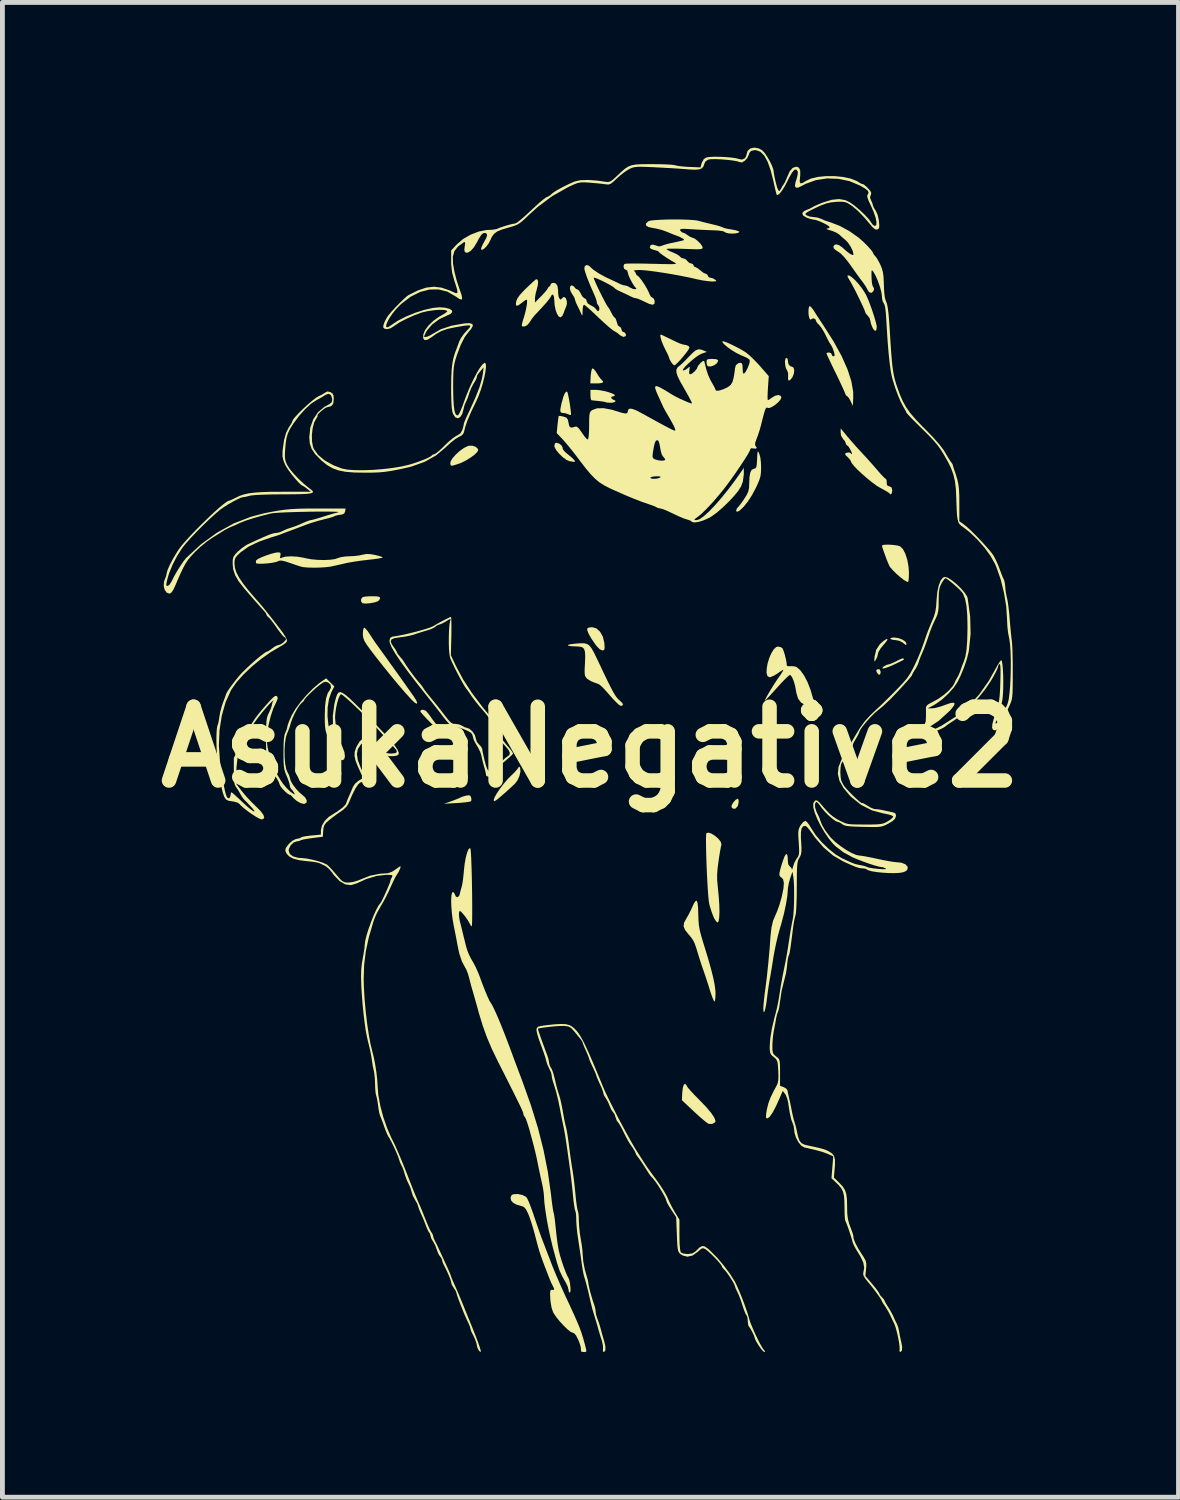
<source format=kicad_pcb>
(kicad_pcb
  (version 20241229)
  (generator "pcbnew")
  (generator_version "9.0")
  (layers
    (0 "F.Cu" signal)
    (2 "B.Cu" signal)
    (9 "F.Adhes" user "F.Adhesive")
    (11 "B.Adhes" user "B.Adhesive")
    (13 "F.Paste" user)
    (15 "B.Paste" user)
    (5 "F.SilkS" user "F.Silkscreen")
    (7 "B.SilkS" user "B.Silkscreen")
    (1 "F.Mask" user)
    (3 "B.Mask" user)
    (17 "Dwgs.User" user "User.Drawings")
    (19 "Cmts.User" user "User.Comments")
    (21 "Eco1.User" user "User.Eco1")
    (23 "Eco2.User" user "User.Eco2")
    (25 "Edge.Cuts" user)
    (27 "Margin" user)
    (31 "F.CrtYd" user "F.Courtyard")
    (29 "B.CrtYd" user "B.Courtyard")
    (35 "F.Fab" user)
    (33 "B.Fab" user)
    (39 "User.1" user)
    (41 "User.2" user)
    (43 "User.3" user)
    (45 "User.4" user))
  (footprint "AsukaNegative2"
    (layer "F.Cu")
    (at 9.151 12.389)
    (property "Reference" "AsukaNegative2" (at 0 0 0) (layer "F.SilkS") (effects (font (size 1.524 1.524) (thickness 0.3))))
    (attr board_only exclude_from_pos_files exclude_from_bom)
    (fp_poly (pts (xy 5.996 -1.563) (xy 5.997 -1.541) (xy 5.984 -1.499) (xy 5.953 -1.5) (xy 5.918 -1.543) (xy 5.906 -1.588) (xy 5.928 -1.608) (xy 5.975 -1.609)) (stroke (width 0) (type solid)) (fill yes) (layer "F.SilkS"))
    (fp_poly (pts (xy 3.061 1.088) (xy 3.063 1.14) (xy 3.049 1.202) (xy 3.037 1.228) (xy 2.995 1.271) (xy 2.948 1.274) (xy 2.914 1.238) (xy 2.921 1.195) (xy 2.955 1.139) (xy 3 1.089) (xy 3.041 1.066) (xy 3.043 1.066)) (stroke (width 0) (type solid)) (fill yes) (layer "F.SilkS"))
    (fp_poly (pts (xy 2.599 -8.017) (xy 2.635 -7.998) (xy 2.639 -7.984) (xy 2.616 -7.935) (xy 2.562 -7.893) (xy 2.496 -7.868) (xy 2.436 -7.868) (xy 2.417 -7.88) (xy 2.402 -7.918) (xy 2.399 -7.96) (xy 2.404 -7.999) (xy 2.431 -8.017) (xy 2.493 -8.022) (xy 2.519 -8.022)) (stroke (width 0) (type solid)) (fill yes) (layer "F.SilkS"))
    (fp_poly (pts (xy 0.07 -7.812) (xy 0.11 -7.763) (xy 0.128 -7.733) (xy 0.173 -7.661) (xy 0.215 -7.607) (xy 0.226 -7.596) (xy 0.262 -7.556) (xy 0.251 -7.53) (xy 0.191 -7.518) (xy 0.132 -7.516) (xy -0.003 -7.516) (xy 0.005 -7.667) (xy 0.014 -7.751) (xy 0.029 -7.81) (xy 0.041 -7.828)) (stroke (width 0) (type solid)) (fill yes) (layer "F.SilkS"))
    (fp_poly (pts (xy -2.476 1.014) (xy -2.465 1.041) (xy -2.459 1.094) (xy -2.469 1.119) (xy -2.504 1.129) (xy -2.58 1.14) (xy -2.683 1.15) (xy -2.759 1.155) (xy -3.025 1.17) (xy -2.878 1.119) (xy -2.791 1.086) (xy -2.72 1.058) (xy -2.691 1.043) (xy -2.636 1.021) (xy -2.567 1.001) (xy -2.506 0.994)) (stroke (width 0) (type solid)) (fill yes) (layer "F.SilkS"))
    (fp_poly (pts (xy 6.128 -2.202) (xy 6.082 -2.142) (xy 6.05 -2.106) (xy 5.992 -2.034) (xy 5.953 -1.968) (xy 5.943 -1.935) (xy 5.928 -1.87) (xy 5.901 -1.812) (xy 5.878 -1.776) (xy 5.867 -1.775) (xy 5.867 -1.815) (xy 5.873 -1.875) (xy 5.906 -2.014) (xy 5.982 -2.128) (xy 6.058 -2.195) (xy 6.116 -2.233) (xy 6.14 -2.234)) (stroke (width 0) (type solid)) (fill yes) (layer "F.SilkS"))
    (fp_poly (pts (xy 6.361 -2.254) (xy 6.442 -2.224) (xy 6.504 -2.184) (xy 6.53 -2.142) (xy 6.53 -2.14) (xy 6.528 -2.113) (xy 6.513 -2.113) (xy 6.473 -2.143) (xy 6.454 -2.16) (xy 6.38 -2.198) (xy 6.302 -2.212) (xy 6.237 -2.219) (xy 6.198 -2.237) (xy 6.197 -2.239) (xy 6.208 -2.257) (xy 6.263 -2.265) (xy 6.278 -2.265)) (stroke (width 0) (type solid)) (fill yes) (layer "F.SilkS"))
    (fp_poly (pts (xy -4.409 -3.115) (xy -4.36 -3.104) (xy -4.344 -3.082) (xy -4.344 -3.079) (xy -4.366 -3.037) (xy -4.397 -3.012) (xy -4.46 -2.991) (xy -4.546 -2.975) (xy -4.633 -2.967) (xy -4.699 -2.971) (xy -4.711 -2.975) (xy -4.74 -3.011) (xy -4.738 -3.062) (xy -4.706 -3.1) (xy -4.702 -3.102) (xy -4.653 -3.111) (xy -4.572 -3.117) (xy -4.502 -3.118)) (stroke (width 0) (type solid)) (fill yes) (layer "F.SilkS"))
    (fp_poly (pts (xy -3.401 -0.751) (xy -3.34 -0.681) (xy -3.325 -0.66) (xy -3.261 -0.568) (xy -3.185 -0.471) (xy -3.159 -0.44) (xy -3.092 -0.359) (xy -3.065 -0.309) (xy -3.076 -0.293) (xy -3.098 -0.311) (xy -3.15 -0.358) (xy -3.224 -0.428) (xy -3.303 -0.504) (xy -3.389 -0.591) (xy -3.458 -0.666) (xy -3.504 -0.72) (xy -3.518 -0.744) (xy -3.496 -0.767) (xy -3.458 -0.773)) (stroke (width 0) (type solid)) (fill yes) (layer "F.SilkS"))
    (fp_poly (pts (xy 0.123 -2.454) (xy 0.199 -2.385) (xy 0.256 -2.283) (xy 0.287 -2.156) (xy 0.288 -2.141) (xy 0.293 -2.059) (xy 0.287 -2.016) (xy 0.267 -2.001) (xy 0.245 -1.999) (xy 0.193 -2.022) (xy 0.128 -2.088) (xy 0.099 -2.126) (xy 0.017 -2.246) (xy -0.039 -2.346) (xy -0.067 -2.418) (xy -0.066 -2.453) (xy -0.031 -2.471) (xy 0.033 -2.479) (xy 0.035 -2.479)) (stroke (width 0) (type solid)) (fill yes) (layer "F.SilkS"))
    (fp_poly (pts (xy -0.647 -6.273) (xy -0.599 -6.235) (xy -0.574 -6.19) (xy -0.575 -6.174) (xy -0.562 -6.142) (xy -0.516 -6.092) (xy -0.454 -6.04) (xy -0.376 -5.976) (xy -0.329 -5.926) (xy -0.317 -5.898) (xy -0.34 -5.894) (xy -0.379 -5.901) (xy -0.433 -5.909) (xy -0.498 -5.937) (xy -0.575 -5.994) (xy -0.65 -6.067) (xy -0.711 -6.142) (xy -0.744 -6.208) (xy -0.746 -6.226) (xy -0.731 -6.279) (xy -0.702 -6.29)) (stroke (width 0) (type solid)) (fill yes) (layer "F.SilkS"))
    (fp_poly (pts (xy -0.481 -7.344) (xy -0.469 -7.314) (xy -0.454 -7.247) (xy -0.437 -7.157) (xy -0.421 -7.059) (xy -0.409 -6.967) (xy -0.402 -6.897) (xy -0.404 -6.864) (xy -0.404 -6.863) (xy -0.432 -6.866) (xy -0.454 -6.877) (xy -0.513 -6.898) (xy -0.551 -6.903) (xy -0.597 -6.908) (xy -0.62 -6.931) (xy -0.622 -6.98) (xy -0.606 -7.066) (xy -0.594 -7.118) (xy -0.558 -7.245) (xy -0.525 -7.321) (xy -0.494 -7.347)) (stroke (width 0) (type solid)) (fill yes) (layer "F.SilkS"))
    (fp_poly (pts (xy 4.072 -8.03) (xy 4.078 -8) (xy 4.092 -7.913) (xy 4.133 -7.868) (xy 4.161 -7.863) (xy 4.198 -7.841) (xy 4.212 -7.786) (xy 4.203 -7.714) (xy 4.171 -7.639) (xy 4.168 -7.635) (xy 4.122 -7.581) (xy 4.092 -7.576) (xy 4.082 -7.618) (xy 4.085 -7.656) (xy 4.084 -7.735) (xy 4.064 -7.783) (xy 4.038 -7.835) (xy 4.023 -7.907) (xy 4.02 -7.978) (xy 4.032 -8.03) (xy 4.045 -8.043)) (stroke (width 0) (type solid)) (fill yes) (layer "F.SilkS"))
    (fp_poly (pts (xy -2.37 -6.205) (xy -2.326 -6.164) (xy -2.319 -6.137) (xy -2.342 -6.095) (xy -2.401 -6.038) (xy -2.486 -5.977) (xy -2.583 -5.918) (xy -2.682 -5.87) (xy -2.738 -5.85) (xy -2.819 -5.825) (xy -2.862 -5.815) (xy -2.881 -5.819) (xy -2.891 -5.838) (xy -2.896 -5.852) (xy -2.89 -5.904) (xy -2.848 -5.972) (xy -2.781 -6.048) (xy -2.699 -6.122) (xy -2.611 -6.184) (xy -2.529 -6.223) (xy -2.515 -6.227) (xy -2.439 -6.229)) (stroke (width 0) (type solid)) (fill yes) (layer "F.SilkS"))
    (fp_poly (pts (xy 6.465 -1.832) (xy 6.47 -1.828) (xy 6.479 -1.818) (xy 6.475 -1.808) (xy 6.452 -1.793) (xy 6.399 -1.766) (xy 6.309 -1.723) (xy 6.284 -1.711) (xy 6.181 -1.666) (xy 6.1 -1.636) (xy 6.047 -1.625) (xy 6.029 -1.631) (xy 6.051 -1.658) (xy 6.062 -1.667) (xy 6.115 -1.697) (xy 6.146 -1.706) (xy 6.19 -1.717) (xy 6.256 -1.745) (xy 6.268 -1.75) (xy 6.362 -1.797) (xy 6.419 -1.823) (xy 6.45 -1.834)) (stroke (width 0) (type solid)) (fill yes) (layer "F.SilkS"))
    (fp_poly (pts (xy -1.459 0.415) (xy -1.451 0.435) (xy -1.446 0.506) (xy -1.468 0.597) (xy -1.509 0.688) (xy -1.554 0.749) (xy -1.602 0.795) (xy -1.677 0.864) (xy -1.766 0.945) (xy -1.808 0.981) (xy -1.898 1.058) (xy -1.955 1.102) (xy -1.987 1.116) (xy -1.998 1.103) (xy -1.999 1.096) (xy -1.982 1.041) (xy -1.937 0.959) (xy -1.871 0.861) (xy -1.793 0.758) (xy -1.711 0.662) (xy -1.642 0.592) (xy -1.573 0.525) (xy -1.519 0.465) (xy -1.496 0.434) (xy -1.474 0.401)) (stroke (width 0) (type solid)) (fill yes) (layer "F.SilkS"))
    (fp_poly (pts (xy 1.98 6.979) (xy 1.99 7.001) (xy 2.014 7.037) (xy 2.07 7.102) (xy 2.148 7.186) (xy 2.241 7.28) (xy 2.252 7.291) (xy 2.392 7.437) (xy 2.496 7.56) (xy 2.561 7.658) (xy 2.585 7.728) (xy 2.585 7.732) (xy 2.563 7.765) (xy 2.51 7.786) (xy 2.451 7.786) (xy 2.439 7.783) (xy 2.4 7.757) (xy 2.332 7.702) (xy 2.244 7.626) (xy 2.146 7.537) (xy 2.138 7.529) (xy 1.89 7.296) (xy 1.898 7.135) (xy 1.909 7.039) (xy 1.929 6.978) (xy 1.954 6.956)) (stroke (width 0) (type solid)) (fill yes) (layer "F.SilkS"))
    (fp_poly (pts (xy 0.189 -7.376) (xy 0.281 -7.359) (xy 0.373 -7.335) (xy 0.45 -7.308) (xy 0.498 -7.283) (xy 0.506 -7.271) (xy 0.485 -7.252) (xy 0.466 -7.25) (xy 0.431 -7.236) (xy 0.433 -7.207) (xy 0.47 -7.18) (xy 0.479 -7.177) (xy 0.518 -7.158) (xy 0.511 -7.136) (xy 0.467 -7.12) (xy 0.416 -7.116) (xy 0.353 -7.119) (xy 0.318 -7.127) (xy 0.318 -7.127) (xy 0.283 -7.137) (xy 0.199 -7.149) (xy 0.067 -7.163) (xy 0.02 -7.168) (xy 0.007 -7.193) (xy 0.000496 -7.253) (xy 0 -7.276) (xy 0 -7.383) (xy 0.111 -7.383)) (stroke (width 0) (type solid)) (fill yes) (layer "F.SilkS"))
    (fp_poly (pts (xy 1.494 -8.509) (xy 1.562 -8.476) (xy 1.641 -8.438) (xy 1.757 -8.382) (xy 1.838 -8.345) (xy 1.898 -8.324) (xy 1.95 -8.313) (xy 1.972 -8.31) (xy 2.025 -8.29) (xy 2.046 -8.261) (xy 2.033 -8.226) (xy 1.992 -8.165) (xy 1.933 -8.091) (xy 1.868 -8.014) (xy 1.806 -7.947) (xy 1.756 -7.901) (xy 1.733 -7.889) (xy 1.705 -7.909) (xy 1.669 -7.955) (xy 1.638 -8.01) (xy 1.626 -8.044) (xy 1.614 -8.079) (xy 1.584 -8.145) (xy 1.549 -8.212) (xy 1.504 -8.307) (xy 1.469 -8.396) (xy 1.448 -8.47) (xy 1.444 -8.516) (xy 1.459 -8.525)) (stroke (width 0) (type solid)) (fill yes) (layer "F.SilkS"))
    (fp_poly (pts (xy 6.189 -4.183) (xy 6.276 -4.176) (xy 6.352 -4.164) (xy 6.397 -4.15) (xy 6.456 -4.095) (xy 6.507 -3.997) (xy 6.548 -3.87) (xy 6.574 -3.724) (xy 6.582 -3.605) (xy 6.58 -3.511) (xy 6.573 -3.442) (xy 6.564 -3.412) (xy 6.562 -3.412) (xy 6.527 -3.425) (xy 6.476 -3.455) (xy 6.403 -3.511) (xy 6.322 -3.583) (xy 6.246 -3.658) (xy 6.192 -3.721) (xy 6.179 -3.741) (xy 6.157 -3.79) (xy 6.125 -3.867) (xy 6.091 -3.959) (xy 6.059 -4.049) (xy 6.034 -4.122) (xy 6.024 -4.163) (xy 6.024 -4.164) (xy 6.047 -4.178) (xy 6.108 -4.184)) (stroke (width 0) (type solid)) (fill yes) (layer "F.SilkS"))
    (fp_poly (pts (xy 5.403 -9.71) (xy 5.472 -9.647) (xy 5.547 -9.564) (xy 5.619 -9.47) (xy 5.681 -9.372) (xy 5.697 -9.342) (xy 5.737 -9.253) (xy 5.781 -9.139) (xy 5.826 -9.014) (xy 5.866 -8.89) (xy 5.897 -8.783) (xy 5.915 -8.704) (xy 5.917 -8.681) (xy 5.907 -8.616) (xy 5.882 -8.601) (xy 5.847 -8.636) (xy 5.827 -8.673) (xy 5.798 -8.747) (xy 5.784 -8.81) (xy 5.784 -8.815) (xy 5.765 -8.872) (xy 5.73 -8.915) (xy 5.69 -8.961) (xy 5.677 -8.992) (xy 5.665 -9.028) (xy 5.634 -9.099) (xy 5.589 -9.196) (xy 5.536 -9.306) (xy 5.48 -9.419) (xy 5.426 -9.522) (xy 5.38 -9.606) (xy 5.35 -9.656) (xy 5.319 -9.71) (xy 5.311 -9.743) (xy 5.312 -9.745) (xy 5.347 -9.746)) (stroke (width 0) (type solid)) (fill yes) (layer "F.SilkS"))
    (fp_poly (pts (xy -4.651 -2.452) (xy -4.607 -2.402) (xy -4.563 -2.338) (xy -4.504 -2.247) (xy -4.447 -2.162) (xy -4.416 -2.119) (xy -4.37 -2.055) (xy -4.303 -1.962) (xy -4.222 -1.85) (xy -4.134 -1.726) (xy -4.043 -1.6) (xy -3.957 -1.48) (xy -3.882 -1.374) (xy -3.824 -1.293) (xy -3.789 -1.243) (xy -3.785 -1.237) (xy -3.746 -1.182) (xy -3.692 -1.105) (xy -3.656 -1.055) (xy -3.601 -0.969) (xy -3.58 -0.915) (xy -3.59 -0.896) (xy -3.629 -0.917) (xy -3.694 -0.977) (xy -3.818 -1.114) (xy -3.964 -1.283) (xy -4.122 -1.473) (xy -4.284 -1.674) (xy -4.441 -1.873) (xy -4.544 -2.008) (xy -4.619 -2.111) (xy -4.666 -2.186) (xy -4.691 -2.246) (xy -4.701 -2.305) (xy -4.703 -2.339) (xy -4.698 -2.413) (xy -4.685 -2.461) (xy -4.678 -2.469)) (stroke (width 0) (type solid)) (fill yes) (layer "F.SilkS"))
    (fp_poly (pts (xy 3.477 -6.088) (xy 3.489 -6.063) (xy 3.51 -5.991) (xy 3.523 -5.885) (xy 3.527 -5.784) (xy 3.524 -5.681) (xy 3.514 -5.6) (xy 3.49 -5.519) (xy 3.448 -5.421) (xy 3.418 -5.356) (xy 3.337 -5.205) (xy 3.249 -5.07) (xy 3.161 -4.961) (xy 3.082 -4.888) (xy 3.061 -4.875) (xy 3.022 -4.863) (xy 3.012 -4.888) (xy 3.026 -4.933) (xy 3.036 -4.943) (xy 3.062 -4.971) (xy 3.109 -5.031) (xy 3.165 -5.11) (xy 3.169 -5.117) (xy 3.228 -5.209) (xy 3.261 -5.28) (xy 3.277 -5.353) (xy 3.281 -5.444) (xy 3.287 -5.581) (xy 3.303 -5.673) (xy 3.33 -5.728) (xy 3.372 -5.751) (xy 3.378 -5.752) (xy 3.409 -5.761) (xy 3.427 -5.787) (xy 3.437 -5.84) (xy 3.443 -5.932) (xy 3.444 -5.952) (xy 3.448 -6.049) (xy 3.454 -6.1) (xy 3.463 -6.111)) (stroke (width 0) (type solid)) (fill yes) (layer "F.SilkS"))
    (fp_poly (pts (xy 2.505 1.789) (xy 2.576 1.834) (xy 2.642 1.892) (xy 2.69 1.953) (xy 2.708 2.007) (xy 2.705 2.022) (xy 2.695 2.064) (xy 2.68 2.146) (xy 2.662 2.255) (xy 2.647 2.357) (xy 2.627 2.509) (xy 2.618 2.633) (xy 2.619 2.75) (xy 2.631 2.883) (xy 2.635 2.918) (xy 2.652 3.099) (xy 2.663 3.264) (xy 2.666 3.407) (xy 2.661 3.519) (xy 2.65 3.594) (xy 2.631 3.624) (xy 2.629 3.625) (xy 2.598 3.602) (xy 2.561 3.544) (xy 2.539 3.498) (xy 2.499 3.39) (xy 2.463 3.272) (xy 2.455 3.238) (xy 2.445 3.174) (xy 2.435 3.071) (xy 2.425 2.937) (xy 2.416 2.782) (xy 2.407 2.613) (xy 2.4 2.44) (xy 2.394 2.27) (xy 2.39 2.113) (xy 2.388 1.976) (xy 2.388 1.869) (xy 2.392 1.8) (xy 2.397 1.777) (xy 2.441 1.767)) (stroke (width 0) (type solid)) (fill yes) (layer "F.SilkS"))
    (fp_poly (pts (xy 2.214 3.221) (xy 2.224 3.317) (xy 2.229 3.464) (xy 2.229 3.464) (xy 2.233 3.585) (xy 2.242 3.688) (xy 2.261 3.791) (xy 2.292 3.91) (xy 2.337 4.062) (xy 2.34 4.069) (xy 2.423 4.341) (xy 2.488 4.568) (xy 2.535 4.754) (xy 2.566 4.905) (xy 2.582 5.025) (xy 2.585 5.089) (xy 2.582 5.175) (xy 2.574 5.238) (xy 2.565 5.26) (xy 2.55 5.241) (xy 2.523 5.182) (xy 2.491 5.092) (xy 2.47 5.028) (xy 2.429 4.895) (xy 2.384 4.757) (xy 2.344 4.639) (xy 2.334 4.611) (xy 2.292 4.49) (xy 2.25 4.359) (xy 2.225 4.278) (xy 2.187 4.151) (xy 2.156 4.062) (xy 2.125 3.997) (xy 2.087 3.94) (xy 2.037 3.879) (xy 2.024 3.866) (xy 1.954 3.775) (xy 1.925 3.701) (xy 1.935 3.628) (xy 1.98 3.544) (xy 2.03 3.459) (xy 2.079 3.36) (xy 2.092 3.332) (xy 2.137 3.232) (xy 2.172 3.18) (xy 2.197 3.176)) (stroke (width 0) (type solid)) (fill yes) (layer "F.SilkS"))
    (fp_poly (pts (xy -0.123 -2.145) (xy -0.066 -2.13) (xy -0.018 -2.095) (xy 0.028 -2.034) (xy 0.08 -1.94) (xy 0.144 -1.807) (xy 0.18 -1.732) (xy 0.277 -1.527) (xy 0.355 -1.365) (xy 0.418 -1.24) (xy 0.467 -1.145) (xy 0.508 -1.076) (xy 0.542 -1.027) (xy 0.573 -0.991) (xy 0.603 -0.965) (xy 0.661 -0.909) (xy 0.673 -0.87) (xy 0.639 -0.853) (xy 0.626 -0.853) (xy 0.593 -0.872) (xy 0.537 -0.923) (xy 0.466 -0.996) (xy 0.435 -1.031) (xy 0.34 -1.139) (xy 0.271 -1.215) (xy 0.221 -1.264) (xy 0.182 -1.295) (xy 0.144 -1.313) (xy 0.101 -1.327) (xy 0.091 -1.33) (xy 0.008 -1.364) (xy -0.063 -1.409) (xy -0.068 -1.414) (xy -0.095 -1.443) (xy -0.112 -1.476) (xy -0.119 -1.525) (xy -0.12 -1.602) (xy -0.114 -1.719) (xy -0.113 -1.734) (xy -0.108 -1.875) (xy -0.113 -1.971) (xy -0.133 -2.032) (xy -0.171 -2.065) (xy -0.233 -2.078) (xy -0.29 -2.081) (xy -0.401 -2.086) (xy -0.459 -2.097) (xy -0.464 -2.111) (xy -0.417 -2.126) (xy -0.317 -2.138) (xy -0.292 -2.14) (xy -0.196 -2.147)) (stroke (width 0) (type solid)) (fill yes) (layer "F.SilkS"))
    (fp_poly (pts (xy 5.31 -6.418) (xy 5.399 -6.314) (xy 5.504 -6.195) (xy 5.604 -6.087) (xy 5.613 -6.077) (xy 5.714 -5.968) (xy 5.825 -5.844) (xy 5.923 -5.731) (xy 5.929 -5.724) (xy 5.999 -5.643) (xy 6.058 -5.581) (xy 6.096 -5.547) (xy 6.103 -5.544) (xy 6.119 -5.521) (xy 6.122 -5.47) (xy 6.128 -5.414) (xy 6.165 -5.391) (xy 6.177 -5.389) (xy 6.221 -5.369) (xy 6.236 -5.318) (xy 6.237 -5.302) (xy 6.227 -5.246) (xy 6.206 -5.222) (xy 6.182 -5.239) (xy 6.179 -5.244) (xy 6.153 -5.265) (xy 6.091 -5.302) (xy 6.006 -5.349) (xy 5.989 -5.357) (xy 5.909 -5.406) (xy 5.813 -5.477) (xy 5.709 -5.561) (xy 5.607 -5.651) (xy 5.514 -5.738) (xy 5.441 -5.816) (xy 5.395 -5.875) (xy 5.384 -5.903) (xy 5.365 -5.94) (xy 5.32 -5.989) (xy 5.313 -5.995) (xy 5.269 -6.038) (xy 5.263 -6.063) (xy 5.288 -6.082) (xy 5.346 -6.09) (xy 5.372 -6.076) (xy 5.402 -6.055) (xy 5.407 -6.067) (xy 5.385 -6.119) (xy 5.369 -6.153) (xy 5.334 -6.209) (xy 5.305 -6.236) (xy 5.302 -6.237) (xy 5.28 -6.258) (xy 5.277 -6.277) (xy 5.258 -6.324) (xy 5.224 -6.363) (xy 5.18 -6.433) (xy 5.171 -6.497) (xy 5.171 -6.586)) (stroke (width 0) (type solid)) (fill yes) (layer "F.SilkS"))
    (fp_poly (pts (xy 4.559 -9.094) (xy 4.601 -9.041) (xy 4.627 -9.002) (xy 4.676 -8.924) (xy 4.743 -8.822) (xy 4.813 -8.717) (xy 4.822 -8.702) (xy 5.026 -8.381) (xy 5.189 -8.084) (xy 5.311 -7.81) (xy 5.391 -7.564) (xy 5.429 -7.345) (xy 5.431 -7.232) (xy 5.423 -7.05) (xy 5.376 -7.15) (xy 5.342 -7.212) (xy 5.312 -7.247) (xy 5.305 -7.25) (xy 5.28 -7.272) (xy 5.263 -7.309) (xy 5.245 -7.354) (xy 5.208 -7.436) (xy 5.157 -7.546) (xy 5.096 -7.674) (xy 5.061 -7.745) (xy 4.998 -7.874) (xy 4.945 -7.987) (xy 4.904 -8.074) (xy 4.881 -8.126) (xy 4.877 -8.138) (xy 4.9 -8.152) (xy 4.931 -8.156) (xy 4.974 -8.139) (xy 4.984 -8.116) (xy 5.004 -8.08) (xy 5.022 -8.076) (xy 5.044 -8.085) (xy 5.044 -8.121) (xy 5.03 -8.176) (xy 5.002 -8.252) (xy 4.972 -8.31) (xy 4.967 -8.316) (xy 4.935 -8.365) (xy 4.896 -8.439) (xy 4.885 -8.463) (xy 4.828 -8.576) (xy 4.769 -8.671) (xy 4.717 -8.735) (xy 4.698 -8.75) (xy 4.667 -8.791) (xy 4.664 -8.807) (xy 4.645 -8.845) (xy 4.605 -8.862) (xy 4.57 -8.846) (xy 4.568 -8.845) (xy 4.545 -8.832) (xy 4.524 -8.863) (xy 4.509 -8.928) (xy 4.505 -9.002) (xy 4.51 -9.071) (xy 4.524 -9.111) (xy 4.531 -9.115)) (stroke (width 0) (type solid)) (fill yes) (layer "F.SilkS"))
    (fp_poly (pts (xy -6.411 -4.018) (xy -6.402 -3.987) (xy -6.408 -3.957) (xy -6.416 -3.91) (xy -6.399 -3.904) (xy -6.373 -3.917) (xy -6.298 -3.937) (xy -6.189 -3.943) (xy -6.062 -3.936) (xy -5.932 -3.915) (xy -5.89 -3.905) (xy -5.778 -3.883) (xy -5.645 -3.87) (xy -5.508 -3.866) (xy -5.381 -3.872) (xy -5.279 -3.886) (xy -5.224 -3.905) (xy -5.159 -3.926) (xy -5.061 -3.94) (xy -4.987 -3.944) (xy -4.878 -3.949) (xy -4.773 -3.962) (xy -4.715 -3.975) (xy -4.633 -3.991) (xy -4.543 -3.988) (xy -4.452 -3.971) (xy -4.368 -3.951) (xy -4.31 -3.932) (xy -4.291 -3.919) (xy -4.316 -3.91) (xy -4.383 -3.897) (xy -4.482 -3.883) (xy -4.591 -3.871) (xy -4.734 -3.854) (xy -4.878 -3.833) (xy -5.003 -3.812) (xy -5.064 -3.799) (xy -5.179 -3.772) (xy -5.297 -3.746) (xy -5.367 -3.731) (xy -5.46 -3.719) (xy -5.581 -3.711) (xy -5.712 -3.708) (xy -5.834 -3.711) (xy -5.929 -3.719) (xy -5.957 -3.724) (xy -6.007 -3.738) (xy -6.091 -3.765) (xy -6.191 -3.8) (xy -6.206 -3.805) (xy -6.313 -3.84) (xy -6.382 -3.855) (xy -6.428 -3.853) (xy -6.453 -3.842) (xy -6.504 -3.824) (xy -6.585 -3.808) (xy -6.682 -3.796) (xy -6.777 -3.79) (xy -6.857 -3.79) (xy -6.904 -3.797) (xy -6.911 -3.802) (xy -6.913 -3.844) (xy -6.905 -3.861) (xy -6.869 -3.889) (xy -6.796 -3.924) (xy -6.703 -3.96) (xy -6.604 -3.993) (xy -6.517 -4.016) (xy -6.459 -4.025)) (stroke (width 0) (type solid)) (fill yes) (layer "F.SilkS"))
    (fp_poly (pts (xy 3.936 -2.065) (xy 3.967 -2.044) (xy 3.988 -1.999) (xy 4.013 -1.922) (xy 4.036 -1.832) (xy 4.052 -1.75) (xy 4.057 -1.694) (xy 4.056 -1.69) (xy 4.075 -1.672) (xy 4.128 -1.673) (xy 4.205 -1.671) (xy 4.26 -1.655) (xy 4.335 -1.591) (xy 4.412 -1.485) (xy 4.485 -1.346) (xy 4.548 -1.185) (xy 4.598 -1.012) (xy 4.609 -0.965) (xy 4.629 -0.853) (xy 4.635 -0.779) (xy 4.627 -0.727) (xy 4.603 -0.683) (xy 4.6 -0.678) (xy 4.574 -0.648) (xy 4.562 -0.657) (xy 4.554 -0.712) (xy 4.553 -0.72) (xy 4.537 -0.789) (xy 4.493 -0.835) (xy 4.451 -0.859) (xy 4.352 -0.922) (xy 4.291 -1.002) (xy 4.257 -1.114) (xy 4.25 -1.153) (xy 4.229 -1.267) (xy 4.199 -1.369) (xy 4.166 -1.447) (xy 4.133 -1.488) (xy 4.122 -1.492) (xy 4.094 -1.473) (xy 4.038 -1.421) (xy 3.962 -1.344) (xy 3.874 -1.248) (xy 3.854 -1.226) (xy 3.766 -1.128) (xy 3.691 -1.046) (xy 3.636 -0.988) (xy 3.607 -0.961) (xy 3.605 -0.959) (xy 3.61 -0.98) (xy 3.637 -1.035) (xy 3.683 -1.115) (xy 3.739 -1.209) (xy 3.801 -1.308) (xy 3.863 -1.402) (xy 3.885 -1.433) (xy 3.939 -1.511) (xy 3.975 -1.57) (xy 3.988 -1.598) (xy 3.987 -1.599) (xy 3.958 -1.585) (xy 3.901 -1.548) (xy 3.859 -1.518) (xy 3.784 -1.473) (xy 3.718 -1.447) (xy 3.693 -1.445) (xy 3.655 -1.474) (xy 3.639 -1.538) (xy 3.643 -1.628) (xy 3.662 -1.732) (xy 3.694 -1.838) (xy 3.737 -1.937) (xy 3.785 -2.017) (xy 3.837 -2.067) (xy 3.874 -2.079)) (stroke (width 0) (type solid)) (fill yes) (layer "F.SilkS"))
    (fp_poly (pts (xy -1.092 -9.659) (xy -1.081 -9.611) (xy -1.089 -9.536) (xy -1.106 -9.471) (xy -1.131 -9.379) (xy -1.145 -9.293) (xy -1.146 -9.271) (xy -1.146 -9.188) (xy -1.013 -9.323) (xy -0.947 -9.394) (xy -0.899 -9.452) (xy -0.88 -9.486) (xy -0.88 -9.487) (xy -0.86 -9.514) (xy -0.853 -9.515) (xy -0.829 -9.537) (xy -0.826 -9.555) (xy -0.803 -9.587) (xy -0.763 -9.595) (xy -0.713 -9.58) (xy -0.682 -9.531) (xy -0.668 -9.44) (xy -0.667 -9.377) (xy -0.658 -9.311) (xy -0.637 -9.264) (xy -0.613 -9.247) (xy -0.593 -9.27) (xy -0.592 -9.27) (xy -0.56 -9.299) (xy -0.545 -9.302) (xy -0.51 -9.279) (xy -0.489 -9.223) (xy -0.487 -9.155) (xy -0.501 -9.106) (xy -0.53 -9.037) (xy -0.553 -8.969) (xy -0.582 -8.91) (xy -0.618 -8.881) (xy -0.618 -8.881) (xy -0.656 -8.898) (xy -0.692 -8.956) (xy -0.722 -9.042) (xy -0.741 -9.144) (xy -0.746 -9.222) (xy -0.753 -9.305) (xy -0.771 -9.35) (xy -0.795 -9.35) (xy -0.819 -9.309) (xy -0.849 -9.262) (xy -0.913 -9.183) (xy -1.007 -9.078) (xy -1.126 -8.951) (xy -1.146 -8.931) (xy -1.206 -8.857) (xy -1.255 -8.782) (xy -1.302 -8.724) (xy -1.359 -8.692) (xy -1.408 -8.695) (xy -1.416 -8.701) (xy -1.416 -8.732) (xy -1.401 -8.798) (xy -1.381 -8.863) (xy -1.35 -8.967) (xy -1.327 -9.069) (xy -1.312 -9.159) (xy -1.308 -9.223) (xy -1.318 -9.248) (xy -1.319 -9.248) (xy -1.35 -9.233) (xy -1.403 -9.194) (xy -1.417 -9.182) (xy -1.488 -9.13) (xy -1.528 -9.12) (xy -1.541 -9.152) (xy -1.535 -9.207) (xy -1.511 -9.27) (xy -1.459 -9.344) (xy -1.371 -9.439) (xy -1.33 -9.48) (xy -1.248 -9.558) (xy -1.179 -9.621) (xy -1.133 -9.661) (xy -1.121 -9.669)) (stroke (width 0) (type solid)) (fill yes) (layer "F.SilkS"))
    (fp_poly (pts (xy -1.408 9.254) (xy -1.331 9.292) (xy -1.328 9.294) (xy -1.303 9.333) (xy -1.267 9.412) (xy -1.225 9.521) (xy -1.18 9.647) (xy -1.172 9.671) (xy -1.124 9.814) (xy -1.076 9.955) (xy -1.032 10.079) (xy -1 10.167) (xy -0.999 10.168) (xy -0.956 10.28) (xy -0.906 10.411) (xy -0.866 10.514) (xy -0.787 10.721) (xy -0.707 10.915) (xy -0.621 11.114) (xy -0.522 11.333) (xy -0.437 11.514) (xy -0.349 11.705) (xy -0.28 11.861) (xy -0.226 11.991) (xy -0.183 12.108) (xy -0.148 12.222) (xy -0.117 12.333) (xy -0.094 12.424) (xy -0.084 12.474) (xy -0.091 12.495) (xy -0.115 12.5) (xy -0.144 12.5) (xy -0.191 12.491) (xy -0.197 12.456) (xy -0.196 12.452) (xy -0.199 12.403) (xy -0.221 12.324) (xy -0.25 12.252) (xy -0.297 12.159) (xy -0.338 12.111) (xy -0.369 12.1) (xy -0.413 12.081) (xy -0.478 12.028) (xy -0.555 11.953) (xy -0.635 11.866) (xy -0.706 11.778) (xy -0.76 11.698) (xy -0.771 11.678) (xy -0.803 11.584) (xy -0.825 11.457) (xy -0.83 11.394) (xy -0.834 11.296) (xy -0.83 11.241) (xy -0.818 11.217) (xy -0.795 11.215) (xy -0.793 11.215) (xy -0.755 11.215) (xy -0.751 11.19) (xy -0.779 11.132) (xy -0.813 11.064) (xy -0.842 10.994) (xy -0.909 10.821) (xy -0.961 10.687) (xy -1 10.581) (xy -1.03 10.494) (xy -1.056 10.415) (xy -1.08 10.332) (xy -1.106 10.237) (xy -1.137 10.118) (xy -1.148 10.075) (xy -1.186 9.938) (xy -1.227 9.805) (xy -1.266 9.694) (xy -1.291 9.632) (xy -1.333 9.55) (xy -1.372 9.505) (xy -1.423 9.483) (xy -1.444 9.478) (xy -1.526 9.454) (xy -1.593 9.42) (xy -1.64 9.366) (xy -1.651 9.306) (xy -1.627 9.257) (xy -1.595 9.24) (xy -1.505 9.234)) (stroke (width 0) (type solid)) (fill yes) (layer "F.SilkS"))
    (fp_poly (pts (xy -2.481 2.094) (xy -2.475 2.125) (xy -2.469 2.201) (xy -2.463 2.313) (xy -2.458 2.454) (xy -2.453 2.615) (xy -2.449 2.789) (xy -2.446 2.968) (xy -2.444 3.144) (xy -2.443 3.309) (xy -2.443 3.455) (xy -2.444 3.575) (xy -2.447 3.659) (xy -2.451 3.702) (xy -2.453 3.705) (xy -2.475 3.683) (xy -2.501 3.636) (xy -2.536 3.574) (xy -2.585 3.504) (xy -2.637 3.44) (xy -2.679 3.396) (xy -2.699 3.385) (xy -2.714 3.408) (xy -2.717 3.469) (xy -2.708 3.552) (xy -2.693 3.622) (xy -2.674 3.692) (xy -2.649 3.795) (xy -2.62 3.914) (xy -2.609 3.957) (xy -2.575 4.096) (xy -2.545 4.199) (xy -2.512 4.283) (xy -2.472 4.364) (xy -2.421 4.451) (xy -2.371 4.546) (xy -2.32 4.66) (xy -2.292 4.731) (xy -2.232 4.894) (xy -2.175 5.039) (xy -2.125 5.158) (xy -2.086 5.242) (xy -2.064 5.277) (xy -2.027 5.338) (xy -1.976 5.443) (xy -1.912 5.586) (xy -1.84 5.76) (xy -1.761 5.959) (xy -1.678 6.177) (xy -1.626 6.317) (xy -1.59 6.416) (xy -1.54 6.549) (xy -1.483 6.701) (xy -1.424 6.857) (xy -1.407 6.903) (xy -1.229 7.402) (xy -1.084 7.872) (xy -0.969 8.327) (xy -0.88 8.777) (xy -0.816 9.234) (xy -0.812 9.269) (xy -0.797 9.396) (xy -0.782 9.505) (xy -0.77 9.583) (xy -0.761 9.62) (xy -0.76 9.62) (xy -0.752 9.656) (xy -0.74 9.732) (xy -0.728 9.838) (xy -0.717 9.941) (xy -0.702 10.083) (xy -0.684 10.224) (xy -0.665 10.346) (xy -0.654 10.402) (xy -0.629 10.502) (xy -0.594 10.618) (xy -0.554 10.737) (xy -0.513 10.845) (xy -0.478 10.927) (xy -0.456 10.965) (xy -0.438 11.009) (xy -0.423 11.079) (xy -0.414 11.156) (xy -0.411 11.225) (xy -0.418 11.268) (xy -0.426 11.274) (xy -0.447 11.251) (xy -0.453 11.213) (xy -0.467 11.155) (xy -0.503 11.077) (xy -0.528 11.033) (xy -0.583 10.935) (xy -0.632 10.83) (xy -0.646 10.794) (xy -0.667 10.73) (xy -0.688 10.665) (xy -0.71 10.587) (xy -0.738 10.484) (xy -0.776 10.344) (xy -0.783 10.315) (xy -0.826 10.137) (xy -0.867 9.946) (xy -0.903 9.755) (xy -0.931 9.575) (xy -0.951 9.419) (xy -0.959 9.301) (xy -0.959 9.288) (xy -0.966 9.208) (xy -0.982 9.103) (xy -0.998 9.026) (xy -1.023 8.915) (xy -1.052 8.78) (xy -1.079 8.651) (xy -1.079 8.649) (xy -1.102 8.534) (xy -1.123 8.439) (xy -1.145 8.345) (xy -1.172 8.237) (xy -1.209 8.096) (xy -1.215 8.076) (xy -1.265 7.891) (xy -1.307 7.757) (xy -1.338 7.672) (xy -1.361 7.635) (xy -1.362 7.634) (xy -1.384 7.598) (xy -1.386 7.579) (xy -1.388 7.564) (xy -1.396 7.541) (xy -1.411 7.504) (xy -1.435 7.45) (xy -1.472 7.374) (xy -1.522 7.272) (xy -1.587 7.14) (xy -1.671 6.973) (xy -1.774 6.768) (xy -1.9 6.52) (xy -1.914 6.492) (xy -2.038 6.235) (xy -2.14 5.995) (xy -2.227 5.753) (xy -2.308 5.486) (xy -2.332 5.397) (xy -2.367 5.272) (xy -2.4 5.154) (xy -2.427 5.06) (xy -2.438 5.024) (xy -2.464 4.934) (xy -2.493 4.824) (xy -2.506 4.771) (xy -2.534 4.674) (xy -2.569 4.588) (xy -2.59 4.553) (xy -2.655 4.43) (xy -2.71 4.267) (xy -2.744 4.108) (xy -2.761 4.014) (xy -2.785 3.888) (xy -2.812 3.753) (xy -2.824 3.695) (xy -2.848 3.557) (xy -2.865 3.414) (xy -2.875 3.277) (xy -2.878 3.156) (xy -2.872 3.063) (xy -2.858 3.007) (xy -2.85 2.997) (xy -2.822 3.004) (xy -2.807 3.034) (xy -2.779 3.09) (xy -2.742 3.101) (xy -2.71 3.067) (xy -2.703 3.044) (xy -2.683 2.963) (xy -2.662 2.892) (xy -2.648 2.831) (xy -2.633 2.733) (xy -2.62 2.614) (xy -2.614 2.545) (xy -2.598 2.405) (xy -2.576 2.282) (xy -2.549 2.182) (xy -2.522 2.115) (xy -2.495 2.088)) (stroke (width 0) (type solid)) (fill yes) (layer "F.SilkS"))
    (fp_poly (pts (xy -2.877 -2.667) (xy -2.874 -2.598) (xy -2.872 -2.494) (xy -2.873 -2.364) (xy -2.874 -2.295) (xy -2.884 -1.899) (xy -2.779 -1.676) (xy -2.633 -1.402) (xy -2.447 -1.116) (xy -2.23 -0.829) (xy -2.174 -0.761) (xy -2.094 -0.664) (xy -2.029 -0.578) (xy -1.987 -0.513) (xy -1.972 -0.48) (xy -1.959 -0.427) (xy -1.949 -0.412) (xy -1.926 -0.371) (xy -1.899 -0.303) (xy -1.893 -0.286) (xy -1.859 -0.215) (xy -1.799 -0.127) (xy -1.73 -0.043) (xy -1.666 0.031) (xy -1.619 0.093) (xy -1.599 0.129) (xy -1.599 0.131) (xy -1.619 0.158) (xy -1.673 0.21) (xy -1.751 0.278) (xy -1.826 0.339) (xy -1.929 0.424) (xy -2.005 0.496) (xy -2.046 0.548) (xy -2.052 0.565) (xy -2.073 0.605) (xy -2.106 0.613) (xy -2.15 0.596) (xy -2.159 0.571) (xy -2.166 0.522) (xy -2.185 0.445) (xy -2.197 0.405) (xy -2.224 0.306) (xy -2.246 0.21) (xy -2.251 0.183) (xy -2.276 0.102) (xy -2.321 0.01) (xy -2.346 -0.03) (xy -2.391 -0.108) (xy -2.42 -0.176) (xy -2.425 -0.203) (xy -2.445 -0.267) (xy -2.468 -0.296) (xy -2.537 -0.337) (xy -2.635 -0.378) (xy -2.742 -0.41) (xy -2.785 -0.419) (xy -2.838 -0.431) (xy -2.883 -0.452) (xy -2.928 -0.49) (xy -2.984 -0.553) (xy -3.06 -0.649) (xy -3.083 -0.68) (xy -3.17 -0.792) (xy -3.271 -0.921) (xy -3.368 -1.043) (xy -3.386 -1.066) (xy -3.602 -1.339) (xy -3.782 -1.575) (xy -3.926 -1.774) (xy -4.034 -1.936) (xy -4.108 -2.063) (xy -4.147 -2.156) (xy -4.15 -2.185) (xy -4.128 -2.185) (xy -4.103 -2.123) (xy -4.066 -2.07) (xy -4.024 -2.01) (xy -4 -1.966) (xy -3.998 -1.958) (xy -3.981 -1.925) (xy -3.941 -1.876) (xy -3.941 -1.875) (xy -3.889 -1.814) (xy -3.854 -1.763) (xy -3.809 -1.692) (xy -3.744 -1.598) (xy -3.671 -1.498) (xy -3.601 -1.407) (xy -3.547 -1.342) (xy -3.539 -1.333) (xy -3.49 -1.275) (xy -3.458 -1.228) (xy -3.457 -1.226) (xy -3.432 -1.187) (xy -3.382 -1.121) (xy -3.317 -1.041) (xy -3.305 -1.026) (xy -3.227 -0.931) (xy -3.15 -0.836) (xy -3.091 -0.76) (xy -3.09 -0.76) (xy -3.003 -0.646) (xy -2.941 -0.568) (xy -2.896 -0.519) (xy -2.861 -0.493) (xy -2.829 -0.482) (xy -2.792 -0.48) (xy -2.787 -0.48) (xy -2.71 -0.468) (xy -2.65 -0.441) (xy -2.594 -0.409) (xy -2.558 -0.401) (xy -2.498 -0.377) (xy -2.436 -0.321) (xy -2.389 -0.251) (xy -2.372 -0.19) (xy -2.348 -0.109) (xy -2.305 -0.058) (xy -2.259 -0.009) (xy -2.237 0.032) (xy -2.237 0.033) (xy -2.229 0.09) (xy -2.226 0.107) (xy -2.189 0.268) (xy -2.159 0.381) (xy -2.133 0.453) (xy -2.11 0.487) (xy -2.087 0.489) (xy -2.07 0.474) (xy -2.03 0.438) (xy -1.964 0.388) (xy -1.925 0.361) (xy -1.855 0.311) (xy -1.805 0.27) (xy -1.791 0.255) (xy -1.754 0.22) (xy -1.719 0.197) (xy -1.674 0.161) (xy -1.665 0.116) (xy -1.694 0.056) (xy -1.763 -0.027) (xy -1.785 -0.05) (xy -1.851 -0.12) (xy -1.899 -0.176) (xy -1.921 -0.207) (xy -1.921 -0.208) (xy -1.954 -0.337) (xy -2.02 -0.482) (xy -2.113 -0.629) (xy -2.211 -0.749) (xy -2.298 -0.848) (xy -2.386 -0.958) (xy -2.446 -1.039) (xy -2.498 -1.116) (xy -2.539 -1.174) (xy -2.559 -1.199) (xy -2.59 -1.242) (xy -2.637 -1.321) (xy -2.694 -1.424) (xy -2.755 -1.539) (xy -2.812 -1.653) (xy -2.861 -1.756) (xy -2.895 -1.834) (xy -2.901 -1.852) (xy -2.914 -1.923) (xy -2.923 -2.029) (xy -2.927 -2.157) (xy -2.926 -2.292) (xy -2.922 -2.421) (xy -2.913 -2.53) (xy -2.9 -2.605) (xy -2.894 -2.621) (xy -2.887 -2.647) (xy -2.906 -2.645) (xy -2.959 -2.615) (xy -2.981 -2.601) (xy -3.053 -2.56) (xy -3.111 -2.536) (xy -3.128 -2.532) (xy -3.175 -2.513) (xy -3.199 -2.492) (xy -3.242 -2.463) (xy -3.317 -2.43) (xy -3.382 -2.41) (xy -3.488 -2.378) (xy -3.593 -2.345) (xy -3.64 -2.328) (xy -3.725 -2.305) (xy -3.836 -2.283) (xy -3.933 -2.27) (xy -4.046 -2.253) (xy -4.11 -2.227) (xy -4.128 -2.185) (xy -4.15 -2.185) (xy -4.153 -2.205) (xy -4.134 -2.263) (xy -4.085 -2.285) (xy -4.078 -2.285) (xy -3.981 -2.3) (xy -3.858 -2.324) (xy -3.72 -2.356) (xy -3.579 -2.392) (xy -3.447 -2.429) (xy -3.337 -2.464) (xy -3.261 -2.493) (xy -3.238 -2.506) (xy -3.193 -2.533) (xy -3.123 -2.573) (xy -3.042 -2.616) (xy -2.965 -2.655) (xy -2.907 -2.683) (xy -2.883 -2.692)) (stroke (width 0) (type solid)) (fill yes) (layer "F.SilkS"))
    (fp_poly (pts (xy 2.758 -8.384) (xy 2.823 -8.36) (xy 2.91 -8.321) (xy 3.008 -8.273) (xy 3.105 -8.221) (xy 3.188 -8.171) (xy 3.212 -8.156) (xy 3.281 -8.1) (xy 3.37 -8.016) (xy 3.463 -7.92) (xy 3.507 -7.871) (xy 3.685 -7.666) (xy 3.668 -7.418) (xy 3.662 -7.31) (xy 3.66 -7.226) (xy 3.663 -7.177) (xy 3.667 -7.17) (xy 3.697 -7.184) (xy 3.748 -7.221) (xy 3.751 -7.223) (xy 3.823 -7.264) (xy 3.888 -7.276) (xy 3.933 -7.258) (xy 3.945 -7.224) (xy 3.925 -7.178) (xy 3.876 -7.122) (xy 3.811 -7.068) (xy 3.743 -7.026) (xy 3.688 -7.006) (xy 3.663 -7.011) (xy 3.645 -7.019) (xy 3.627 -7.005) (xy 3.607 -6.963) (xy 3.584 -6.886) (xy 3.553 -6.768) (xy 3.532 -6.681) (xy 3.501 -6.566) (xy 3.464 -6.452) (xy 3.436 -6.377) (xy 3.404 -6.288) (xy 3.404 -6.236) (xy 3.411 -6.227) (xy 3.437 -6.186) (xy 3.418 -6.167) (xy 3.372 -6.172) (xy 3.318 -6.176) (xy 3.305 -6.158) (xy 3.29 -6.118) (xy 3.247 -6.041) (xy 3.18 -5.934) (xy 3.093 -5.803) (xy 2.991 -5.653) (xy 2.886 -5.505) (xy 2.77 -5.35) (xy 2.644 -5.195) (xy 2.516 -5.047) (xy 2.395 -4.919) (xy 2.29 -4.817) (xy 2.228 -4.767) (xy 2.167 -4.721) (xy 2.147 -4.699) (xy 2.162 -4.692) (xy 2.197 -4.691) (xy 2.259 -4.712) (xy 2.345 -4.774) (xy 2.452 -4.871) (xy 2.574 -4.998) (xy 2.707 -5.151) (xy 2.848 -5.325) (xy 2.99 -5.514) (xy 3.124 -5.704) (xy 3.169 -5.77) (xy 3.17 -5.64) (xy 3.149 -5.485) (xy 3.112 -5.387) (xy 3.056 -5.297) (xy 2.967 -5.188) (xy 2.856 -5.07) (xy 2.735 -4.953) (xy 2.615 -4.849) (xy 2.506 -4.769) (xy 2.452 -4.737) (xy 2.337 -4.686) (xy 2.233 -4.654) (xy 2.151 -4.642) (xy 2.101 -4.653) (xy 2.095 -4.659) (xy 2.059 -4.684) (xy 1.996 -4.705) (xy 1.992 -4.706) (xy 1.928 -4.726) (xy 1.835 -4.765) (xy 1.73 -4.814) (xy 1.702 -4.828) (xy 1.603 -4.875) (xy 1.516 -4.911) (xy 1.458 -4.929) (xy 1.447 -4.931) (xy 1.391 -4.942) (xy 1.371 -4.954) (xy 1.333 -4.974) (xy 1.262 -5.001) (xy 1.199 -5.022) (xy 1.066 -5.068) (xy 0.897 -5.133) (xy 0.708 -5.212) (xy 0.509 -5.3) (xy 0.386 -5.356) (xy 0.282 -5.41) (xy 0.189 -5.469) (xy 0.102 -5.541) (xy 0.073 -5.57) (xy 1.239 -5.57) (xy 1.249 -5.553) (xy 1.293 -5.545) (xy 1.353 -5.547) (xy 1.411 -5.558) (xy 1.439 -5.57) (xy 1.451 -5.587) (xy 1.417 -5.595) (xy 1.368 -5.597) (xy 1.294 -5.591) (xy 1.246 -5.577) (xy 1.239 -5.57) (xy 0.073 -5.57) (xy 0.011 -5.633) (xy -0.09 -5.752) (xy -0.209 -5.906) (xy -0.258 -5.971) (xy -0.281 -6.002) (xy 1.283 -6.002) (xy 1.299 -5.966) (xy 1.337 -5.945) (xy 1.406 -5.926) (xy 1.476 -5.919) (xy 1.528 -5.925) (xy 1.546 -5.94) (xy 1.528 -5.975) (xy 1.507 -5.996) (xy 1.476 -6.043) (xy 1.454 -6.116) (xy 1.452 -6.126) (xy 1.433 -6.234) (xy 1.418 -6.3) (xy 1.401 -6.333) (xy 1.381 -6.343) (xy 1.375 -6.343) (xy 1.351 -6.329) (xy 1.329 -6.283) (xy 1.309 -6.198) (xy 1.288 -6.07) (xy 1.283 -6.002) (xy -0.281 -6.002) (xy -0.347 -6.088) (xy -0.44 -6.204) (xy -0.523 -6.303) (xy -0.572 -6.358) (xy -0.697 -6.49) (xy -0.68 -6.662) (xy -0.67 -6.752) (xy -0.661 -6.817) (xy -0.655 -6.844) (xy -0.625 -6.844) (xy -0.566 -6.832) (xy -0.556 -6.83) (xy -0.496 -6.808) (xy -0.467 -6.77) (xy -0.453 -6.702) (xy -0.436 -6.629) (xy -0.401 -6.601) (xy -0.337 -6.614) (xy -0.314 -6.623) (xy -0.282 -6.622) (xy -0.243 -6.59) (xy -0.19 -6.518) (xy -0.173 -6.492) (xy -0.121 -6.418) (xy -0.078 -6.37) (xy -0.052 -6.357) (xy -0.052 -6.357) (xy -0.041 -6.389) (xy -0.033 -6.462) (xy -0.028 -6.564) (xy -0.027 -6.648) (xy -0.026 -6.773) (xy -0.022 -6.855) (xy -0.013 -6.906) (xy 0.003 -6.937) (xy 0.029 -6.96) (xy 0.039 -6.967) (xy 0.139 -7.002) (xy 0.274 -7.004) (xy 0.44 -6.973) (xy 0.535 -6.944) (xy 0.647 -6.909) (xy 0.718 -6.894) (xy 0.757 -6.901) (xy 0.772 -6.928) (xy 0.773 -6.945) (xy 0.791 -6.989) (xy 0.846 -6.995) (xy 0.937 -6.964) (xy 1.019 -6.922) (xy 1.223 -6.81) (xy 1.386 -6.72) (xy 1.512 -6.652) (xy 1.605 -6.603) (xy 1.671 -6.569) (xy 1.714 -6.549) (xy 1.74 -6.541) (xy 1.752 -6.541) (xy 1.754 -6.542) (xy 1.75 -6.575) (xy 1.717 -6.65) (xy 1.655 -6.764) (xy 1.597 -6.863) (xy 1.549 -6.946) (xy 1.51 -7.018) (xy 1.495 -7.05) (xy 1.471 -7.102) (xy 1.435 -7.183) (xy 1.402 -7.254) (xy 1.359 -7.353) (xy 1.337 -7.42) (xy 1.34 -7.455) (xy 1.372 -7.46) (xy 1.437 -7.433) (xy 1.538 -7.377) (xy 1.679 -7.29) (xy 1.692 -7.282) (xy 1.758 -7.245) (xy 1.842 -7.203) (xy 1.932 -7.162) (xy 2.013 -7.127) (xy 2.074 -7.105) (xy 2.099 -7.101) (xy 2.091 -7.127) (xy 2.06 -7.19) (xy 2.011 -7.281) (xy 1.948 -7.391) (xy 1.935 -7.415) (xy 1.853 -7.558) (xy 1.801 -7.666) (xy 1.776 -7.745) (xy 1.777 -7.804) (xy 1.804 -7.85) (xy 1.848 -7.887) (xy 1.896 -7.928) (xy 1.964 -7.994) (xy 2.025 -8.058) (xy 2.111 -8.146) (xy 2.174 -8.199) (xy 2.227 -8.22) (xy 2.28 -8.217) (xy 2.322 -8.202) (xy 2.407 -8.167) (xy 2.299 -8.131) (xy 2.245 -8.104) (xy 2.175 -8.056) (xy 2.1 -7.996) (xy 2.027 -7.931) (xy 1.964 -7.87) (xy 1.922 -7.819) (xy 1.908 -7.789) (xy 1.918 -7.783) (xy 1.965 -7.799) (xy 2.008 -7.829) (xy 2.043 -7.858) (xy 2.053 -7.849) (xy 2.045 -7.797) (xy 2.044 -7.789) (xy 2.038 -7.726) (xy 2.057 -7.703) (xy 2.062 -7.703) (xy 2.104 -7.722) (xy 2.156 -7.767) (xy 2.198 -7.818) (xy 2.212 -7.853) (xy 2.23 -7.888) (xy 2.273 -7.937) (xy 2.278 -7.942) (xy 2.326 -7.98) (xy 2.349 -7.978) (xy 2.354 -7.966) (xy 2.366 -7.92) (xy 2.385 -7.843) (xy 2.397 -7.796) (xy 2.431 -7.692) (xy 2.482 -7.581) (xy 2.507 -7.536) (xy 2.55 -7.461) (xy 2.579 -7.403) (xy 2.585 -7.38) (xy 2.607 -7.364) (xy 2.662 -7.369) (xy 2.737 -7.392) (xy 2.819 -7.429) (xy 2.84 -7.44) (xy 2.899 -7.486) (xy 2.935 -7.546) (xy 2.957 -7.625) (xy 2.973 -7.716) (xy 2.984 -7.793) (xy 2.985 -7.819) (xy 3.006 -7.894) (xy 3.061 -7.937) (xy 3.097 -7.942) (xy 3.127 -7.933) (xy 3.142 -7.895) (xy 3.145 -7.821) (xy 3.15 -7.746) (xy 3.164 -7.715) (xy 3.172 -7.716) (xy 3.208 -7.758) (xy 3.247 -7.831) (xy 3.28 -7.917) (xy 3.288 -7.947) (xy 3.293 -7.984) (xy 3.282 -8.012) (xy 3.244 -8.039) (xy 3.172 -8.073) (xy 3.114 -8.097) (xy 3.023 -8.141) (xy 2.93 -8.197) (xy 2.843 -8.257) (xy 2.774 -8.314) (xy 2.733 -8.359) (xy 2.727 -8.387)) (stroke (width 0) (type solid)) (fill yes) (layer "F.SilkS"))
    (fp_poly (pts (xy 1.892 -10.903) (xy 2.026 -10.898) (xy 2.136 -10.891) (xy 2.212 -10.881) (xy 2.223 -10.878) (xy 2.29 -10.86) (xy 2.388 -10.835) (xy 2.498 -10.809) (xy 2.505 -10.807) (xy 2.605 -10.783) (xy 2.684 -10.76) (xy 2.729 -10.742) (xy 2.732 -10.74) (xy 2.771 -10.725) (xy 2.846 -10.708) (xy 2.917 -10.697) (xy 3.001 -10.681) (xy 3.059 -10.662) (xy 3.077 -10.648) (xy 3.055 -10.628) (xy 2.998 -10.616) (xy 2.924 -10.612) (xy 2.852 -10.617) (xy 2.799 -10.63) (xy 2.786 -10.639) (xy 2.741 -10.661) (xy 2.646 -10.675) (xy 2.545 -10.68) (xy 2.413 -10.685) (xy 2.258 -10.692) (xy 2.109 -10.701) (xy 2.086 -10.702) (xy 1.97 -10.709) (xy 1.899 -10.709) (xy 1.862 -10.703) (xy 1.852 -10.689) (xy 1.855 -10.676) (xy 1.887 -10.64) (xy 1.905 -10.634) (xy 1.948 -10.619) (xy 2.005 -10.582) (xy 2.006 -10.581) (xy 2.064 -10.543) (xy 2.109 -10.527) (xy 2.11 -10.527) (xy 2.157 -10.507) (xy 2.217 -10.46) (xy 2.275 -10.401) (xy 2.312 -10.347) (xy 2.319 -10.324) (xy 2.314 -10.307) (xy 2.295 -10.295) (xy 2.254 -10.289) (xy 2.182 -10.288) (xy 2.071 -10.291) (xy 1.946 -10.296) (xy 1.812 -10.3) (xy 1.699 -10.301) (xy 1.617 -10.3) (xy 1.576 -10.295) (xy 1.573 -10.292) (xy 1.595 -10.273) (xy 1.653 -10.243) (xy 1.705 -10.222) (xy 1.782 -10.187) (xy 1.836 -10.152) (xy 1.851 -10.136) (xy 1.885 -10.107) (xy 1.917 -10.101) (xy 1.971 -10.08) (xy 1.999 -10.048) (xy 2.043 -10.005) (xy 2.08 -9.995) (xy 2.119 -9.982) (xy 2.126 -9.963) (xy 2.142 -9.932) (xy 2.166 -9.921) (xy 2.218 -9.895) (xy 2.276 -9.848) (xy 2.279 -9.846) (xy 2.334 -9.802) (xy 2.382 -9.782) (xy 2.384 -9.782) (xy 2.42 -9.761) (xy 2.425 -9.742) (xy 2.447 -9.708) (xy 2.474 -9.702) (xy 2.533 -9.686) (xy 2.574 -9.662) (xy 2.601 -9.638) (xy 2.594 -9.627) (xy 2.544 -9.623) (xy 2.509 -9.622) (xy 2.427 -9.629) (xy 2.315 -9.645) (xy 2.195 -9.669) (xy 2.176 -9.674) (xy 2.025 -9.708) (xy 1.853 -9.742) (xy 1.67 -9.775) (xy 1.488 -9.805) (xy 1.318 -9.83) (xy 1.171 -9.848) (xy 1.058 -9.858) (xy 1.013 -9.86) (xy 0.939 -9.856) (xy 0.9 -9.85) (xy 0.9 -9.844) (xy 0.93 -9.809) (xy 0.933 -9.795) (xy 0.954 -9.755) (xy 0.969 -9.747) (xy 1.004 -9.716) (xy 1.055 -9.652) (xy 1.112 -9.568) (xy 1.165 -9.48) (xy 1.205 -9.4) (xy 1.218 -9.368) (xy 1.247 -9.313) (xy 1.28 -9.288) (xy 1.282 -9.288) (xy 1.312 -9.265) (xy 1.328 -9.215) (xy 1.322 -9.161) (xy 1.286 -9.142) (xy 1.217 -9.158) (xy 1.11 -9.208) (xy 1.109 -9.208) (xy 1.03 -9.246) (xy 0.966 -9.271) (xy 0.942 -9.275) (xy 0.89 -9.287) (xy 0.83 -9.314) (xy 0.763 -9.348) (xy 0.674 -9.39) (xy 0.635 -9.407) (xy 0.562 -9.442) (xy 0.513 -9.472) (xy 0.502 -9.483) (xy 0.475 -9.507) (xy 0.415 -9.545) (xy 0.334 -9.589) (xy 0.247 -9.633) (xy 0.164 -9.671) (xy 0.1 -9.696) (xy 0.068 -9.703) (xy 0.067 -9.702) (xy 0.074 -9.673) (xy 0.101 -9.608) (xy 0.141 -9.519) (xy 0.191 -9.416) (xy 0.243 -9.311) (xy 0.293 -9.215) (xy 0.334 -9.139) (xy 0.362 -9.095) (xy 0.368 -9.089) (xy 0.39 -9.058) (xy 0.422 -8.997) (xy 0.433 -8.975) (xy 0.467 -8.913) (xy 0.496 -8.878) (xy 0.503 -8.875) (xy 0.523 -8.852) (xy 0.542 -8.795) (xy 0.545 -8.782) (xy 0.567 -8.716) (xy 0.599 -8.689) (xy 0.601 -8.689) (xy 0.632 -8.667) (xy 0.64 -8.635) (xy 0.655 -8.592) (xy 0.677 -8.582) (xy 0.715 -8.563) (xy 0.735 -8.523) (xy 0.727 -8.491) (xy 0.678 -8.477) (xy 0.614 -8.51) (xy 0.597 -8.525) (xy 0.546 -8.566) (xy 0.512 -8.585) (xy 0.466 -8.613) (xy 0.387 -8.676) (xy 0.281 -8.77) (xy 0.152 -8.89) (xy 0.077 -8.962) (xy -0.006 -9.039) (xy -0.075 -9.1) (xy -0.121 -9.136) (xy -0.135 -9.142) (xy -0.15 -9.118) (xy -0.16 -9.057) (xy -0.162 -9.015) (xy -0.164 -8.943) (xy -0.17 -8.919) (xy -0.182 -8.936) (xy -0.19 -8.955) (xy -0.221 -9.023) (xy -0.261 -9.106) (xy -0.269 -9.12) (xy -0.301 -9.191) (xy -0.319 -9.244) (xy -0.32 -9.254) (xy -0.336 -9.298) (xy -0.373 -9.355) (xy -0.412 -9.423) (xy -0.425 -9.486) (xy -0.412 -9.53) (xy -0.386 -9.542) (xy -0.341 -9.52) (xy -0.329 -9.502) (xy -0.295 -9.466) (xy -0.276 -9.462) (xy -0.241 -9.439) (xy -0.205 -9.384) (xy -0.198 -9.368) (xy -0.163 -9.308) (xy -0.127 -9.276) (xy -0.12 -9.275) (xy -0.087 -9.253) (xy -0.08 -9.22) (xy -0.055 -9.167) (xy 0.01 -9.128) (xy 0.074 -9.093) (xy 0.114 -9.054) (xy 0.116 -9.05) (xy 0.144 -9.014) (xy 0.159 -9.009) (xy 0.181 -9.029) (xy 0.185 -9.074) (xy 0.171 -9.117) (xy 0.16 -9.129) (xy 0.136 -9.167) (xy 0.133 -9.188) (xy 0.123 -9.237) (xy 0.096 -9.312) (xy 0.078 -9.353) (xy -0.006 -9.545) (xy -0.067 -9.696) (xy -0.108 -9.815) (xy -0.126 -9.881) (xy -0.119 -9.936) (xy -0.083 -9.962) (xy -0.035 -9.952) (xy -0.019 -9.937) (xy 0.059 -9.866) (xy 0.177 -9.787) (xy 0.324 -9.707) (xy 0.386 -9.678) (xy 0.483 -9.633) (xy 0.565 -9.594) (xy 0.616 -9.569) (xy 0.619 -9.567) (xy 0.683 -9.545) (xy 0.713 -9.541) (xy 0.771 -9.525) (xy 0.811 -9.501) (xy 0.875 -9.47) (xy 0.918 -9.462) (xy 0.951 -9.47) (xy 0.945 -9.482) (xy 0.908 -9.524) (xy 0.862 -9.597) (xy 0.817 -9.682) (xy 0.784 -9.759) (xy 0.773 -9.806) (xy 0.758 -9.851) (xy 0.736 -9.861) (xy 0.699 -9.882) (xy 0.683 -9.928) (xy 0.693 -9.972) (xy 0.711 -9.987) (xy 0.749 -9.991) (xy 0.832 -9.993) (xy 0.95 -9.994) (xy 1.096 -9.992) (xy 1.259 -9.988) (xy 1.285 -9.988) (xy 1.465 -9.983) (xy 1.598 -9.981) (xy 1.689 -9.981) (xy 1.743 -9.984) (xy 1.765 -9.99) (xy 1.763 -10) (xy 1.746 -10.01) (xy 1.667 -10.055) (xy 1.581 -10.108) (xy 1.502 -10.161) (xy 1.442 -10.205) (xy 1.414 -10.233) (xy 1.413 -10.236) (xy 1.389 -10.253) (xy 1.332 -10.27) (xy 1.319 -10.273) (xy 1.255 -10.294) (xy 1.226 -10.324) (xy 1.226 -10.328) (xy 1.245 -10.375) (xy 1.295 -10.385) (xy 1.349 -10.367) (xy 1.42 -10.346) (xy 1.473 -10.36) (xy 1.534 -10.382) (xy 1.622 -10.406) (xy 1.666 -10.416) (xy 1.793 -10.443) (xy 1.875 -10.461) (xy 1.92 -10.473) (xy 1.936 -10.483) (xy 1.929 -10.494) (xy 1.908 -10.509) (xy 1.903 -10.512) (xy 1.836 -10.548) (xy 1.786 -10.567) (xy 1.723 -10.59) (xy 1.637 -10.625) (xy 1.586 -10.647) (xy 1.478 -10.686) (xy 1.355 -10.717) (xy 1.299 -10.726) (xy 1.199 -10.747) (xy 1.148 -10.779) (xy 1.147 -10.82) (xy 1.198 -10.867) (xy 1.202 -10.869) (xy 1.248 -10.882) (xy 1.336 -10.891) (xy 1.456 -10.898) (xy 1.595 -10.903) (xy 1.744 -10.904)) (stroke (width 0) (type solid)) (fill yes) (layer "F.SilkS"))
    (fp_poly (pts (xy -0.51 5.725) (xy -0.437 5.743) (xy -0.382 5.773) (xy -0.334 5.812) (xy -0.289 5.858) (xy -0.245 5.915) (xy -0.198 5.988) (xy -0.146 6.082) (xy -0.088 6.202) (xy -0.019 6.353) (xy 0.061 6.539) (xy 0.156 6.766) (xy 0.262 7.023) (xy 0.31 7.132) (xy 0.379 7.276) (xy 0.464 7.445) (xy 0.558 7.628) (xy 0.656 7.814) (xy 0.753 7.993) (xy 0.842 8.153) (xy 0.918 8.284) (xy 0.954 8.342) (xy 1.017 8.44) (xy 1.08 8.539) (xy 1.116 8.595) (xy 1.16 8.662) (xy 1.227 8.756) (xy 1.306 8.865) (xy 1.363 8.942) (xy 1.443 9.055) (xy 1.515 9.167) (xy 1.571 9.265) (xy 1.595 9.315) (xy 1.638 9.412) (xy 1.696 9.524) (xy 1.743 9.607) (xy 1.839 9.765) (xy 1.839 10.088) (xy 1.842 10.256) (xy 1.851 10.371) (xy 1.865 10.434) (xy 1.871 10.443) (xy 1.917 10.463) (xy 1.99 10.474) (xy 2.013 10.475) (xy 2.104 10.463) (xy 2.17 10.423) (xy 2.188 10.405) (xy 2.256 10.338) (xy 2.31 10.309) (xy 2.363 10.318) (xy 2.43 10.365) (xy 2.483 10.414) (xy 2.62 10.552) (xy 2.755 10.712) (xy 2.878 10.876) (xy 2.976 11.03) (xy 3.009 11.093) (xy 3.065 11.218) (xy 3.127 11.367) (xy 3.186 11.524) (xy 3.238 11.672) (xy 3.275 11.792) (xy 3.281 11.816) (xy 3.305 11.891) (xy 3.347 11.993) (xy 3.398 12.11) (xy 3.454 12.228) (xy 3.508 12.334) (xy 3.555 12.415) (xy 3.584 12.456) (xy 3.611 12.49) (xy 3.596 12.5) (xy 3.592 12.5) (xy 3.564 12.479) (xy 3.521 12.427) (xy 3.472 12.358) (xy 3.429 12.287) (xy 3.401 12.23) (xy 3.396 12.212) (xy 3.381 12.164) (xy 3.35 12.097) (xy 3.315 12.031) (xy 3.286 11.987) (xy 3.279 11.981) (xy 3.261 11.945) (xy 3.252 11.879) (xy 3.252 11.86) (xy 3.245 11.79) (xy 3.23 11.745) (xy 3.225 11.741) (xy 3.205 11.709) (xy 3.177 11.64) (xy 3.145 11.547) (xy 3.141 11.533) (xy 3.105 11.424) (xy 3.067 11.324) (xy 3.034 11.254) (xy 3.034 11.253) (xy 3.002 11.188) (xy 2.986 11.141) (xy 2.985 11.136) (xy 2.97 11.097) (xy 2.933 11.03) (xy 2.883 10.951) (xy 2.829 10.874) (xy 2.782 10.814) (xy 2.754 10.786) (xy 2.722 10.749) (xy 2.718 10.733) (xy 2.7 10.699) (xy 2.653 10.64) (xy 2.587 10.568) (xy 2.513 10.493) (xy 2.442 10.427) (xy 2.385 10.38) (xy 2.372 10.372) (xy 2.333 10.355) (xy 2.298 10.361) (xy 2.251 10.398) (xy 2.214 10.432) (xy 2.111 10.505) (xy 2.005 10.53) (xy 1.904 10.504) (xy 1.862 10.477) (xy 1.836 10.453) (xy 1.818 10.423) (xy 1.806 10.378) (xy 1.797 10.308) (xy 1.791 10.202) (xy 1.786 10.07) (xy 1.772 9.714) (xy 1.672 9.563) (xy 1.622 9.484) (xy 1.586 9.421) (xy 1.573 9.388) (xy 1.558 9.339) (xy 1.52 9.26) (xy 1.465 9.165) (xy 1.403 9.065) (xy 1.34 8.974) (xy 1.285 8.905) (xy 1.268 8.888) (xy 1.251 8.87) (xy 1.231 8.845) (xy 1.202 8.802) (xy 1.158 8.733) (xy 1.099 8.64) (xy 1.046 8.56) (xy 0.997 8.491) (xy 0.979 8.469) (xy 0.945 8.42) (xy 0.933 8.389) (xy 0.918 8.353) (xy 0.883 8.295) (xy 0.873 8.28) (xy 0.824 8.209) (xy 0.782 8.142) (xy 0.739 8.063) (xy 0.685 7.956) (xy 0.67 7.925) (xy 0.626 7.84) (xy 0.588 7.776) (xy 0.564 7.745) (xy 0.539 7.709) (xy 0.52 7.651) (xy 0.496 7.584) (xy 0.466 7.542) (xy 0.434 7.498) (xy 0.402 7.428) (xy 0.397 7.414) (xy 0.362 7.33) (xy 0.32 7.257) (xy 0.316 7.253) (xy 0.28 7.195) (xy 0.267 7.151) (xy 0.256 7.108) (xy 0.228 7.034) (xy 0.197 6.967) (xy 0.159 6.883) (xy 0.132 6.817) (xy 0.122 6.788) (xy 0.109 6.749) (xy 0.078 6.678) (xy 0.045 6.607) (xy 0.007 6.526) (xy -0.019 6.465) (xy -0.027 6.439) (xy -0.037 6.406) (xy -0.064 6.341) (xy -0.093 6.274) (xy -0.129 6.193) (xy -0.153 6.132) (xy -0.16 6.107) (xy -0.175 6.073) (xy -0.213 6.022) (xy -0.213 6.021) (xy -0.265 5.959) (xy -0.327 5.883) (xy -0.346 5.861) (xy -0.402 5.801) (xy -0.457 5.772) (xy -0.536 5.762) (xy -0.555 5.761) (xy -0.627 5.762) (xy -0.724 5.768) (xy -0.831 5.778) (xy -0.934 5.791) (xy -1.02 5.803) (xy -1.074 5.815) (xy -1.084 5.819) (xy -1.079 5.846) (xy -1.057 5.913) (xy -1.024 6.011) (xy -0.981 6.13) (xy -0.933 6.26) (xy -0.891 6.37) (xy -0.866 6.45) (xy -0.854 6.52) (xy -0.854 6.525) (xy -0.838 6.591) (xy -0.816 6.624) (xy -0.793 6.667) (xy -0.765 6.746) (xy -0.739 6.847) (xy -0.734 6.869) (xy -0.707 6.984) (xy -0.678 7.094) (xy -0.652 7.175) (xy -0.65 7.18) (xy -0.627 7.256) (xy -0.602 7.364) (xy -0.578 7.484) (xy -0.573 7.513) (xy -0.552 7.634) (xy -0.53 7.748) (xy -0.51 7.834) (xy -0.506 7.849) (xy -0.49 7.919) (xy -0.472 8.026) (xy -0.453 8.155) (xy -0.439 8.265) (xy -0.421 8.407) (xy -0.401 8.547) (xy -0.383 8.667) (xy -0.372 8.732) (xy -0.358 8.821) (xy -0.341 8.947) (xy -0.325 9.091) (xy -0.311 9.227) (xy -0.298 9.356) (xy -0.284 9.465) (xy -0.271 9.545) (xy -0.261 9.583) (xy -0.26 9.584) (xy -0.25 9.619) (xy -0.242 9.691) (xy -0.24 9.779) (xy -0.234 9.898) (xy -0.22 10.037) (xy -0.2 10.164) (xy -0.18 10.282) (xy -0.166 10.397) (xy -0.16 10.485) (xy -0.16 10.49) (xy -0.148 10.631) (xy -0.117 10.792) (xy -0.074 10.941) (xy -0.052 11.022) (xy -0.041 11.088) (xy -0.03 11.152) (xy -0.007 11.248) (xy 0.024 11.357) (xy 0.056 11.462) (xy 0.082 11.535) (xy 0.102 11.613) (xy 0.107 11.661) (xy 0.117 11.73) (xy 0.143 11.81) (xy 0.144 11.813) (xy 0.175 11.896) (xy 0.205 11.995) (xy 0.212 12.02) (xy 0.239 12.121) (xy 0.272 12.235) (xy 0.285 12.278) (xy 0.309 12.385) (xy 0.309 12.46) (xy 0.284 12.498) (xy 0.271 12.5) (xy 0.257 12.478) (xy 0.26 12.435) (xy 0.259 12.37) (xy 0.241 12.284) (xy 0.232 12.255) (xy 0.199 12.151) (xy 0.166 12.041) (xy 0.161 12.02) (xy 0.135 11.927) (xy 0.109 11.84) (xy 0.103 11.82) (xy 0.038 11.607) (xy -0.001 11.447) (xy -0.041 11.27) (xy -0.078 11.122) (xy -0.108 11.011) (xy -0.126 10.954) (xy -0.141 10.898) (xy -0.159 10.806) (xy -0.177 10.693) (xy -0.183 10.648) (xy -0.204 10.5) (xy -0.229 10.333) (xy -0.252 10.181) (xy -0.254 10.166) (xy -0.273 10.035) (xy -0.286 9.9) (xy -0.293 9.787) (xy -0.293 9.764) (xy -0.296 9.676) (xy -0.304 9.61) (xy -0.313 9.584) (xy -0.323 9.551) (xy -0.336 9.476) (xy -0.35 9.37) (xy -0.363 9.242) (xy -0.364 9.226) (xy -0.38 9.078) (xy -0.4 8.902) (xy -0.424 8.71) (xy -0.451 8.513) (xy -0.478 8.32) (xy -0.504 8.143) (xy -0.528 7.992) (xy -0.549 7.878) (xy -0.558 7.836) (xy -0.576 7.752) (xy -0.599 7.637) (xy -0.623 7.514) (xy -0.627 7.489) (xy -0.665 7.302) (xy -0.709 7.123) (xy -0.754 6.972) (xy -0.776 6.908) (xy -0.795 6.834) (xy -0.8 6.789) (xy -0.813 6.725) (xy -0.847 6.653) (xy -0.848 6.65) (xy -0.889 6.564) (xy -0.916 6.477) (xy -0.933 6.411) (xy -0.966 6.312) (xy -1.007 6.197) (xy -1.029 6.139) (xy -1.069 6.027) (xy -1.099 5.928) (xy -1.114 5.855) (xy -1.115 5.832) (xy -1.105 5.799) (xy -1.078 5.777) (xy -1.023 5.762) (xy -0.927 5.748) (xy -0.92 5.747) (xy -0.742 5.728) (xy -0.609 5.721)) (stroke (width 0) (type solid)) (fill yes) (layer "F.SilkS"))
    (fp_poly (pts (xy 3.476 -12.373) (xy 3.548 -12.334) (xy 3.598 -12.281) (xy 3.655 -12.198) (xy 3.711 -12.1) (xy 3.756 -12.004) (xy 3.782 -11.927) (xy 3.785 -11.905) (xy 3.79 -11.861) (xy 3.805 -11.782) (xy 3.826 -11.685) (xy 3.828 -11.677) (xy 3.858 -11.563) (xy 3.886 -11.502) (xy 3.911 -11.492) (xy 3.936 -11.533) (xy 3.936 -11.534) (xy 3.968 -11.595) (xy 3.988 -11.622) (xy 4.018 -11.672) (xy 4.052 -11.748) (xy 4.065 -11.78) (xy 4.119 -11.901) (xy 4.181 -11.971) (xy 4.253 -11.994) (xy 4.253 -11.994) (xy 4.308 -11.975) (xy 4.335 -11.916) (xy 4.336 -11.815) (xy 4.33 -11.768) (xy 4.324 -11.685) (xy 4.34 -11.65) (xy 4.385 -11.658) (xy 4.447 -11.697) (xy 4.556 -11.749) (xy 4.701 -11.783) (xy 4.87 -11.8) (xy 5.049 -11.799) (xy 5.223 -11.782) (xy 5.38 -11.748) (xy 5.507 -11.697) (xy 5.541 -11.676) (xy 5.594 -11.643) (xy 5.627 -11.633) (xy 5.629 -11.634) (xy 5.652 -11.624) (xy 5.699 -11.585) (xy 5.731 -11.553) (xy 5.785 -11.492) (xy 5.804 -11.45) (xy 5.794 -11.414) (xy 5.793 -11.412) (xy 5.777 -11.359) (xy 5.799 -11.299) (xy 5.826 -11.239) (xy 5.836 -11.2) (xy 5.852 -11.156) (xy 5.888 -11.096) (xy 5.892 -11.091) (xy 5.931 -11.011) (xy 5.957 -10.902) (xy 5.962 -10.866) (xy 5.969 -10.778) (xy 5.964 -10.729) (xy 5.944 -10.704) (xy 5.93 -10.697) (xy 5.884 -10.699) (xy 5.831 -10.743) (xy 5.813 -10.764) (xy 5.659 -10.945) (xy 5.527 -11.082) (xy 5.411 -11.179) (xy 5.387 -11.196) (xy 5.318 -11.24) (xy 5.26 -11.263) (xy 5.194 -11.271) (xy 5.099 -11.269) (xy 5.075 -11.267) (xy 4.967 -11.256) (xy 4.871 -11.234) (xy 4.765 -11.195) (xy 4.65 -11.142) (xy 4.543 -11.089) (xy 4.478 -11.053) (xy 4.447 -11.028) (xy 4.445 -11.009) (xy 4.464 -10.991) (xy 4.526 -10.965) (xy 4.604 -10.954) (xy 4.605 -10.954) (xy 4.692 -10.943) (xy 4.767 -10.917) (xy 4.837 -10.886) (xy 4.928 -10.854) (xy 4.957 -10.846) (xy 5.151 -10.772) (xy 5.351 -10.663) (xy 5.54 -10.53) (xy 5.657 -10.426) (xy 5.735 -10.347) (xy 5.796 -10.278) (xy 5.831 -10.232) (xy 5.837 -10.219) (xy 5.856 -10.178) (xy 5.88 -10.152) (xy 5.914 -10.11) (xy 5.957 -10.036) (xy 5.991 -9.969) (xy 6.024 -9.888) (xy 6.045 -9.809) (xy 6.057 -9.715) (xy 6.063 -9.588) (xy 6.064 -9.553) (xy 6.071 -9.396) (xy 6.085 -9.284) (xy 6.108 -9.211) (xy 6.111 -9.206) (xy 6.129 -9.156) (xy 6.145 -9.074) (xy 6.16 -8.952) (xy 6.174 -8.788) (xy 6.185 -8.622) (xy 6.2 -8.374) (xy 6.214 -8.172) (xy 6.227 -8.009) (xy 6.24 -7.877) (xy 6.255 -7.769) (xy 6.271 -7.679) (xy 6.29 -7.597) (xy 6.313 -7.518) (xy 6.336 -7.449) (xy 6.396 -7.283) (xy 6.457 -7.144) (xy 6.526 -7.021) (xy 6.61 -6.902) (xy 6.717 -6.777) (xy 6.855 -6.632) (xy 6.913 -6.575) (xy 7.077 -6.406) (xy 7.206 -6.26) (xy 7.297 -6.141) (xy 7.329 -6.09) (xy 7.379 -6.003) (xy 7.424 -5.93) (xy 7.452 -5.89) (xy 7.48 -5.851) (xy 7.486 -5.837) (xy 7.494 -5.803) (xy 7.5 -5.784) (xy 7.549 -5.639) (xy 7.583 -5.526) (xy 7.604 -5.427) (xy 7.616 -5.324) (xy 7.622 -5.203) (xy 7.623 -5.045) (xy 7.623 -4.668) (xy 7.709 -4.608) (xy 7.78 -4.551) (xy 7.873 -4.465) (xy 7.978 -4.36) (xy 8.086 -4.247) (xy 8.187 -4.136) (xy 8.271 -4.038) (xy 8.327 -3.963) (xy 8.334 -3.951) (xy 8.38 -3.862) (xy 8.429 -3.751) (xy 8.459 -3.671) (xy 8.493 -3.579) (xy 8.523 -3.504) (xy 8.542 -3.466) (xy 8.558 -3.416) (xy 8.57 -3.338) (xy 8.572 -3.306) (xy 8.583 -3.201) (xy 8.604 -3.097) (xy 8.609 -3.078) (xy 8.623 -3.009) (xy 8.638 -2.902) (xy 8.653 -2.772) (xy 8.663 -2.652) (xy 8.675 -2.512) (xy 8.687 -2.377) (xy 8.699 -2.264) (xy 8.708 -2.199) (xy 8.714 -2.13) (xy 8.72 -2.02) (xy 8.724 -1.877) (xy 8.727 -1.714) (xy 8.727 -1.541) (xy 8.727 -1.533) (xy 8.727 -1.351) (xy 8.725 -1.213) (xy 8.722 -1.111) (xy 8.715 -1.036) (xy 8.705 -0.977) (xy 8.689 -0.927) (xy 8.668 -0.876) (xy 8.652 -0.84) (xy 8.57 -0.668) (xy 8.507 -0.539) (xy 8.458 -0.448) (xy 8.421 -0.39) (xy 8.391 -0.358) (xy 8.367 -0.347) (xy 8.363 -0.346) (xy 8.319 -0.359) (xy 8.3 -0.399) (xy 8.305 -0.473) (xy 8.334 -0.585) (xy 8.369 -0.691) (xy 8.404 -0.797) (xy 8.429 -0.886) (xy 8.446 -0.972) (xy 8.457 -1.07) (xy 8.465 -1.194) (xy 8.47 -1.343) (xy 8.474 -1.506) (xy 8.474 -1.62) (xy 8.469 -1.69) (xy 8.46 -1.72) (xy 8.452 -1.721) (xy 8.426 -1.681) (xy 8.422 -1.659) (xy 8.409 -1.619) (xy 8.374 -1.545) (xy 8.322 -1.449) (xy 8.277 -1.372) (xy 8.167 -1.208) (xy 8.03 -1.035) (xy 7.877 -0.868) (xy 7.721 -0.716) (xy 7.572 -0.593) (xy 7.503 -0.545) (xy 7.421 -0.492) (xy 7.359 -0.448) (xy 7.328 -0.422) (xy 7.328 -0.422) (xy 7.298 -0.403) (xy 7.23 -0.37) (xy 7.134 -0.327) (xy 7.049 -0.291) (xy 6.924 -0.242) (xy 6.837 -0.213) (xy 6.778 -0.202) (xy 6.737 -0.206) (xy 6.724 -0.211) (xy 6.674 -0.246) (xy 6.672 -0.288) (xy 6.718 -0.34) (xy 6.796 -0.395) (xy 6.871 -0.444) (xy 6.911 -0.483) (xy 6.928 -0.53) (xy 6.932 -0.603) (xy 6.933 -0.605) (xy 6.934 -0.697) (xy 6.933 -0.778) (xy 6.932 -0.8) (xy 6.939 -0.842) (xy 6.971 -0.878) (xy 7.038 -0.917) (xy 7.07 -0.932) (xy 7.191 -1) (xy 7.31 -1.085) (xy 7.413 -1.176) (xy 7.488 -1.262) (xy 7.518 -1.313) (xy 7.55 -1.385) (xy 7.581 -1.438) (xy 7.582 -1.439) (xy 7.609 -1.489) (xy 7.64 -1.565) (xy 7.647 -1.586) (xy 7.679 -1.677) (xy 7.712 -1.761) (xy 7.717 -1.772) (xy 7.748 -1.872) (xy 7.771 -2.009) (xy 7.785 -2.188) (xy 7.791 -2.413) (xy 7.792 -2.479) (xy 7.787 -2.721) (xy 7.771 -2.915) (xy 7.742 -3.062) (xy 7.702 -3.166) (xy 7.684 -3.193) (xy 7.641 -3.242) (xy 7.576 -3.304) (xy 7.5 -3.371) (xy 7.427 -3.431) (xy 7.368 -3.475) (xy 7.335 -3.491) (xy 7.312 -3.47) (xy 7.275 -3.417) (xy 7.256 -3.386) (xy 7.227 -3.326) (xy 7.209 -3.262) (xy 7.199 -3.178) (xy 7.196 -3.06) (xy 7.196 -3.028) (xy 7.195 -2.903) (xy 7.187 -2.814) (xy 7.171 -2.743) (xy 7.142 -2.673) (xy 7.119 -2.626) (xy 7.07 -2.521) (xy 7.02 -2.393) (xy 6.983 -2.285) (xy 6.942 -2.165) (xy 6.896 -2.041) (xy 6.858 -1.95) (xy 6.82 -1.862) (xy 6.792 -1.787) (xy 6.782 -1.752) (xy 6.761 -1.697) (xy 6.721 -1.622) (xy 6.703 -1.595) (xy 6.666 -1.535) (xy 6.648 -1.498) (xy 6.648 -1.493) (xy 6.638 -1.475) (xy 6.601 -1.428) (xy 6.548 -1.366) (xy 6.359 -1.158) (xy 6.192 -0.985) (xy 6.05 -0.851) (xy 5.949 -0.768) (xy 5.872 -0.703) (xy 5.788 -0.619) (xy 5.704 -0.526) (xy 5.631 -0.437) (xy 5.578 -0.361) (xy 5.555 -0.31) (xy 5.555 -0.309) (xy 5.538 -0.268) (xy 5.502 -0.201) (xy 5.48 -0.164) (xy 5.443 -0.101) (xy 5.425 -0.061) (xy 5.426 -0.053) (xy 5.421 -0.036) (xy 5.389 0.009) (xy 5.372 0.03) (xy 5.314 0.112) (xy 5.265 0.201) (xy 5.262 0.209) (xy 5.229 0.275) (xy 5.199 0.318) (xy 5.193 0.322) (xy 5.177 0.358) (xy 5.168 0.429) (xy 5.164 0.518) (xy 5.169 0.608) (xy 5.18 0.681) (xy 5.183 0.69) (xy 5.216 0.761) (xy 5.247 0.809) (xy 5.296 0.867) (xy 5.363 0.938) (xy 5.436 1.011) (xy 5.507 1.078) (xy 5.565 1.128) (xy 5.601 1.154) (xy 5.607 1.154) (xy 5.635 1.158) (xy 5.687 1.187) (xy 5.695 1.192) (xy 5.788 1.248) (xy 5.864 1.279) (xy 5.901 1.282) (xy 5.94 1.284) (xy 6.01 1.296) (xy 6.048 1.304) (xy 6.14 1.324) (xy 6.224 1.342) (xy 6.245 1.346) (xy 6.299 1.366) (xy 6.314 1.405) (xy 6.312 1.431) (xy 6.294 1.48) (xy 6.246 1.526) (xy 6.159 1.579) (xy 6.101 1.609) (xy 6.051 1.63) (xy 5.999 1.643) (xy 5.932 1.65) (xy 5.84 1.651) (xy 5.711 1.649) (xy 5.636 1.648) (xy 5.48 1.643) (xy 5.368 1.637) (xy 5.292 1.628) (xy 5.243 1.615) (xy 5.211 1.598) (xy 5.205 1.592) (xy 5.15 1.557) (xy 5.112 1.546) (xy 5.065 1.527) (xy 4.997 1.477) (xy 4.917 1.408) (xy 4.84 1.329) (xy 4.775 1.251) (xy 4.754 1.221) (xy 4.71 1.163) (xy 4.674 1.133) (xy 4.663 1.133) (xy 4.64 1.176) (xy 4.643 1.248) (xy 4.671 1.334) (xy 4.686 1.365) (xy 4.725 1.445) (xy 4.752 1.521) (xy 4.753 1.525) (xy 4.79 1.616) (xy 4.855 1.725) (xy 4.938 1.836) (xy 4.975 1.879) (xy 5.063 1.963) (xy 5.171 2.047) (xy 5.287 2.125) (xy 5.399 2.188) (xy 5.493 2.228) (xy 5.549 2.239) (xy 5.601 2.245) (xy 5.692 2.26) (xy 5.808 2.283) (xy 5.92 2.307) (xy 6.048 2.334) (xy 6.165 2.356) (xy 6.256 2.371) (xy 6.303 2.376) (xy 6.424 2.388) (xy 6.509 2.421) (xy 6.553 2.47) (xy 6.557 2.493) (xy 6.545 2.54) (xy 6.501 2.571) (xy 6.456 2.587) (xy 6.382 2.599) (xy 6.277 2.604) (xy 6.155 2.602) (xy 6.027 2.594) (xy 5.907 2.581) (xy 5.806 2.564) (xy 5.738 2.544) (xy 5.715 2.529) (xy 5.681 2.512) (xy 5.623 2.505) (xy 5.584 2.503) (xy 5.541 2.494) (xy 5.483 2.475) (xy 5.402 2.442) (xy 5.287 2.391) (xy 5.224 2.362) (xy 5.017 2.242) (xy 4.82 2.075) (xy 4.641 1.87) (xy 4.575 1.776) (xy 4.519 1.7) (xy 4.471 1.646) (xy 4.44 1.626) (xy 4.393 1.638) (xy 4.364 1.68) (xy 4.35 1.758) (xy 4.349 1.878) (xy 4.354 1.953) (xy 4.361 2.074) (xy 4.36 2.156) (xy 4.351 2.214) (xy 4.332 2.262) (xy 4.318 2.286) (xy 4.299 2.321) (xy 4.285 2.36) (xy 4.276 2.414) (xy 4.27 2.488) (xy 4.266 2.593) (xy 4.265 2.736) (xy 4.264 2.891) (xy 4.263 3.056) (xy 4.259 3.205) (xy 4.254 3.33) (xy 4.247 3.421) (xy 4.239 3.469) (xy 4.238 3.47) (xy 4.223 3.525) (xy 4.205 3.615) (xy 4.188 3.725) (xy 4.184 3.758) (xy 4.161 3.941) (xy 4.143 4.078) (xy 4.129 4.176) (xy 4.118 4.242) (xy 4.108 4.283) (xy 4.098 4.307) (xy 4.097 4.309) (xy 4.084 4.352) (xy 4.072 4.428) (xy 4.065 4.49) (xy 4.054 4.592) (xy 4.038 4.686) (xy 4.028 4.725) (xy 3.952 5.03) (xy 3.918 5.253) (xy 3.905 5.349) (xy 3.89 5.427) (xy 3.877 5.466) (xy 3.858 5.514) (xy 3.84 5.591) (xy 3.834 5.624) (xy 3.816 5.727) (xy 3.794 5.842) (xy 3.787 5.877) (xy 3.772 5.983) (xy 3.762 6.106) (xy 3.76 6.172) (xy 3.761 6.264) (xy 3.772 6.321) (xy 3.798 6.359) (xy 3.838 6.392) (xy 3.874 6.421) (xy 3.897 6.449) (xy 3.91 6.49) (xy 3.916 6.554) (xy 3.918 6.653) (xy 3.918 6.725) (xy 3.918 6.998) (xy 3.993 7.026) (xy 4.048 7.058) (xy 4.072 7.092) (xy 4.08 7.141) (xy 4.097 7.215) (xy 4.102 7.236) (xy 4.122 7.324) (xy 4.145 7.434) (xy 4.158 7.503) (xy 4.179 7.604) (xy 4.202 7.697) (xy 4.215 7.743) (xy 4.24 7.824) (xy 4.262 7.918) (xy 4.264 7.929) (xy 4.291 8.052) (xy 4.321 8.133) (xy 4.362 8.184) (xy 4.422 8.214) (xy 4.485 8.23) (xy 4.631 8.261) (xy 4.735 8.285) (xy 4.809 8.305) (xy 4.864 8.324) (xy 4.91 8.345) (xy 4.923 8.351) (xy 4.993 8.396) (xy 5.035 8.451) (xy 5.053 8.528) (xy 5.053 8.639) (xy 5.048 8.699) (xy 5.031 8.895) (xy 5.14 9.001) (xy 5.211 9.077) (xy 5.258 9.148) (xy 5.286 9.23) (xy 5.3 9.336) (xy 5.304 9.48) (xy 5.304 9.498) (xy 5.307 9.638) (xy 5.32 9.746) (xy 5.344 9.843) (xy 5.37 9.912) (xy 5.402 9.999) (xy 5.425 10.066) (xy 5.432 10.097) (xy 5.439 10.159) (xy 5.476 10.253) (xy 5.538 10.368) (xy 5.592 10.454) (xy 5.651 10.546) (xy 5.686 10.611) (xy 5.7 10.667) (xy 5.701 10.729) (xy 5.696 10.781) (xy 5.681 10.928) (xy 5.826 11.097) (xy 5.892 11.178) (xy 5.942 11.245) (xy 5.968 11.287) (xy 5.97 11.293) (xy 5.988 11.329) (xy 6.024 11.367) (xy 6.063 11.41) (xy 6.077 11.437) (xy 6.091 11.47) (xy 6.126 11.529) (xy 6.145 11.559) (xy 6.199 11.646) (xy 6.246 11.735) (xy 6.254 11.753) (xy 6.292 11.837) (xy 6.329 11.912) (xy 6.331 11.916) (xy 6.361 11.993) (xy 6.379 12.076) (xy 6.393 12.159) (xy 6.415 12.259) (xy 6.423 12.293) (xy 6.442 12.398) (xy 6.436 12.469) (xy 6.407 12.499) (xy 6.4 12.5) (xy 6.385 12.479) (xy 6.389 12.448) (xy 6.389 12.395) (xy 6.378 12.307) (xy 6.358 12.199) (xy 6.333 12.088) (xy 6.306 11.989) (xy 6.28 11.918) (xy 6.278 11.914) (xy 6.245 11.846) (xy 6.205 11.761) (xy 6.196 11.741) (xy 6.148 11.649) (xy 6.094 11.562) (xy 6.085 11.549) (xy 6.046 11.492) (xy 6.025 11.455) (xy 6.024 11.45) (xy 6.008 11.416) (xy 5.966 11.352) (xy 5.906 11.269) (xy 5.836 11.176) (xy 5.764 11.086) (xy 5.744 11.063) (xy 5.676 10.978) (xy 5.642 10.919) (xy 5.636 10.875) (xy 5.639 10.863) (xy 5.657 10.759) (xy 5.638 10.65) (xy 5.579 10.525) (xy 5.545 10.47) (xy 5.489 10.378) (xy 5.444 10.295) (xy 5.42 10.237) (xy 5.419 10.235) (xy 5.4 10.163) (xy 5.371 10.071) (xy 5.339 9.973) (xy 5.307 9.884) (xy 5.281 9.818) (xy 5.267 9.789) (xy 5.26 9.757) (xy 5.254 9.684) (xy 5.251 9.585) (xy 5.251 9.541) (xy 5.248 9.386) (xy 5.239 9.272) (xy 5.219 9.187) (xy 5.185 9.119) (xy 5.134 9.056) (xy 5.098 9.02) (xy 4.981 8.908) (xy 4.999 8.683) (xy 5.017 8.458) (xy 4.916 8.41) (xy 4.802 8.367) (xy 4.637 8.321) (xy 4.424 8.273) (xy 4.417 8.271) (xy 4.357 8.236) (xy 4.297 8.163) (xy 4.248 8.07) (xy 4.217 7.971) (xy 4.211 7.915) (xy 4.201 7.835) (xy 4.18 7.774) (xy 4.149 7.691) (xy 4.119 7.559) (xy 4.091 7.382) (xy 4.088 7.354) (xy 4.067 7.264) (xy 4.035 7.186) (xy 4.023 7.168) (xy 3.974 7.103) (xy 3.917 7.236) (xy 3.834 7.421) (xy 3.763 7.555) (xy 3.705 7.638) (xy 3.659 7.672) (xy 3.63 7.663) (xy 3.627 7.631) (xy 3.633 7.563) (xy 3.645 7.491) (xy 3.675 7.366) (xy 3.723 7.238) (xy 3.794 7.093) (xy 3.84 7.01) (xy 3.867 6.952) (xy 3.881 6.889) (xy 3.885 6.805) (xy 3.882 6.693) (xy 3.875 6.582) (xy 3.865 6.511) (xy 3.848 6.465) (xy 3.819 6.43) (xy 3.788 6.404) (xy 3.741 6.363) (xy 3.716 6.321) (xy 3.706 6.259) (xy 3.705 6.179) (xy 3.717 6.013) (xy 3.751 5.808) (xy 3.807 5.573) (xy 3.83 5.491) (xy 3.857 5.38) (xy 3.883 5.251) (xy 3.897 5.171) (xy 3.932 4.946) (xy 3.97 4.735) (xy 4.011 4.531) (xy 4.037 4.402) (xy 4.062 4.263) (xy 4.079 4.158) (xy 4.113 3.938) (xy 4.141 3.763) (xy 4.166 3.627) (xy 4.183 3.545) (xy 4.194 3.462) (xy 4.202 3.341) (xy 4.208 3.196) (xy 4.209 3.042) (xy 4.208 2.895) (xy 4.202 2.769) (xy 4.193 2.679) (xy 4.175 2.573) (xy 4.129 2.706) (xy 4.1 2.807) (xy 4.082 2.908) (xy 4.079 2.945) (xy 4.068 3.08) (xy 4.04 3.25) (xy 3.999 3.441) (xy 3.947 3.639) (xy 3.916 3.745) (xy 3.877 3.885) (xy 3.837 4.054) (xy 3.802 4.227) (xy 3.781 4.344) (xy 3.759 4.486) (xy 3.736 4.622) (xy 3.717 4.737) (xy 3.703 4.811) (xy 3.688 4.901) (xy 3.67 5.022) (xy 3.653 5.15) (xy 3.65 5.182) (xy 3.633 5.304) (xy 3.616 5.397) (xy 3.599 5.458) (xy 3.585 5.48) (xy 3.576 5.459) (xy 3.572 5.402) (xy 3.576 5.332) (xy 3.586 5.226) (xy 3.6 5.102) (xy 3.61 5.029) (xy 3.645 4.755) (xy 3.677 4.45) (xy 3.705 4.135) (xy 3.72 3.918) (xy 3.741 3.729) (xy 3.774 3.588) (xy 3.792 3.545) (xy 3.858 3.392) (xy 3.906 3.259) (xy 3.946 3.119) (xy 3.958 3.07) (xy 3.989 2.917) (xy 3.997 2.806) (xy 3.982 2.733) (xy 3.945 2.692) (xy 3.944 2.692) (xy 3.918 2.673) (xy 3.905 2.645) (xy 3.906 2.6) (xy 3.923 2.526) (xy 3.955 2.417) (xy 3.976 2.352) (xy 4.012 2.256) (xy 4.042 2.21) (xy 4.064 2.215) (xy 4.076 2.272) (xy 4.078 2.331) (xy 4.087 2.42) (xy 4.115 2.461) (xy 4.118 2.462) (xy 4.154 2.498) (xy 4.16 2.525) (xy 4.167 2.532) (xy 4.181 2.496) (xy 4.187 2.469) (xy 4.218 2.381) (xy 4.262 2.302) (xy 4.267 2.296) (xy 4.293 2.259) (xy 4.307 2.218) (xy 4.313 2.162) (xy 4.311 2.076) (xy 4.304 1.967) (xy 4.296 1.844) (xy 4.295 1.761) (xy 4.303 1.703) (xy 4.32 1.656) (xy 4.345 1.612) (xy 4.392 1.552) (xy 4.435 1.525) (xy 4.445 1.524) (xy 4.478 1.551) (xy 4.524 1.611) (xy 4.564 1.679) (xy 4.655 1.818) (xy 4.778 1.963) (xy 4.92 2.1) (xy 5.065 2.216) (xy 5.196 2.295) (xy 5.314 2.35) (xy 5.397 2.387) (xy 5.458 2.411) (xy 5.511 2.425) (xy 5.569 2.437) (xy 5.584 2.439) (xy 5.658 2.455) (xy 5.71 2.473) (xy 5.717 2.478) (xy 5.755 2.49) (xy 5.831 2.503) (xy 5.929 2.515) (xy 5.944 2.516) (xy 6.048 2.523) (xy 6.102 2.521) (xy 6.108 2.51) (xy 6.103 2.507) (xy 6.042 2.482) (xy 6.015 2.479) (xy 5.96 2.469) (xy 5.868 2.444) (xy 5.754 2.407) (xy 5.631 2.363) (xy 5.512 2.317) (xy 5.416 2.276) (xy 5.224 2.171) (xy 5.064 2.047) (xy 5.015 1.999) (xy 4.924 1.887) (xy 4.835 1.757) (xy 4.754 1.619) (xy 4.686 1.481) (xy 4.635 1.354) (xy 4.606 1.247) (xy 4.604 1.17) (xy 4.608 1.154) (xy 4.642 1.104) (xy 4.682 1.101) (xy 4.735 1.145) (xy 4.751 1.164) (xy 4.853 1.282) (xy 4.934 1.368) (xy 5.008 1.431) (xy 5.084 1.482) (xy 5.143 1.515) (xy 5.21 1.548) (xy 5.266 1.572) (xy 5.323 1.587) (xy 5.395 1.595) (xy 5.492 1.598) (xy 5.627 1.599) (xy 5.668 1.599) (xy 5.816 1.599) (xy 5.922 1.596) (xy 5.997 1.589) (xy 6.053 1.577) (xy 6.101 1.557) (xy 6.149 1.53) (xy 6.214 1.486) (xy 6.252 1.447) (xy 6.256 1.431) (xy 6.227 1.412) (xy 6.159 1.391) (xy 6.066 1.372) (xy 6.061 1.372) (xy 5.818 1.307) (xy 5.594 1.194) (xy 5.392 1.033) (xy 5.359 1) (xy 5.228 0.843) (xy 5.146 0.697) (xy 5.113 0.554) (xy 5.127 0.41) (xy 5.188 0.257) (xy 5.207 0.222) (xy 5.257 0.136) (xy 5.325 0.019) (xy 5.4 -0.112) (xy 5.466 -0.227) (xy 5.571 -0.399) (xy 5.669 -0.534) (xy 5.773 -0.648) (xy 5.805 -0.68) (xy 6.004 -0.867) (xy 6.181 -1.04) (xy 6.332 -1.192) (xy 6.453 -1.32) (xy 6.538 -1.418) (xy 6.547 -1.43) (xy 6.612 -1.528) (xy 6.685 -1.665) (xy 6.761 -1.828) (xy 6.834 -2.004) (xy 6.898 -2.18) (xy 6.917 -2.239) (xy 6.951 -2.338) (xy 6.998 -2.459) (xy 7.048 -2.579) (xy 7.051 -2.585) (xy 7.097 -2.697) (xy 7.126 -2.794) (xy 7.143 -2.9) (xy 7.152 -3.035) (xy 7.152 -3.038) (xy 7.168 -3.205) (xy 7.198 -3.343) (xy 7.238 -3.445) (xy 7.287 -3.505) (xy 7.326 -3.518) (xy 7.389 -3.498) (xy 7.471 -3.446) (xy 7.563 -3.371) (xy 7.652 -3.285) (xy 7.728 -3.197) (xy 7.78 -3.119) (xy 7.795 -3.079) (xy 7.847 -2.698) (xy 7.856 -2.34) (xy 7.821 -2) (xy 7.813 -1.959) (xy 7.778 -1.817) (xy 7.721 -1.651) (xy 7.651 -1.48) (xy 7.586 -1.346) (xy 7.507 -1.229) (xy 7.396 -1.104) (xy 7.269 -0.987) (xy 7.14 -0.894) (xy 7.092 -0.866) (xy 6.97 -0.802) (xy 7.058 -0.801) (xy 7.129 -0.81) (xy 7.226 -0.836) (xy 7.321 -0.869) (xy 7.434 -0.909) (xy 7.502 -0.919) (xy 7.527 -0.9) (xy 7.507 -0.851) (xy 7.444 -0.772) (xy 7.421 -0.747) (xy 7.198 -0.544) (xy 6.937 -0.372) (xy 6.916 -0.361) (xy 6.849 -0.322) (xy 6.828 -0.303) (xy 6.852 -0.304) (xy 6.86 -0.305) (xy 6.945 -0.324) (xy 7.018 -0.339) (xy 7.084 -0.36) (xy 7.174 -0.401) (xy 7.261 -0.446) (xy 7.556 -0.635) (xy 7.811 -0.846) (xy 8.033 -1.087) (xy 8.23 -1.367) (xy 8.364 -1.605) (xy 8.413 -1.694) (xy 8.456 -1.761) (xy 8.484 -1.795) (xy 8.489 -1.797) (xy 8.503 -1.773) (xy 8.514 -1.707) (xy 8.523 -1.608) (xy 8.529 -1.488) (xy 8.531 -1.356) (xy 8.53 -1.224) (xy 8.525 -1.102) (xy 8.516 -1) (xy 8.507 -0.946) (xy 8.468 -0.776) (xy 8.433 -0.649) (xy 8.404 -0.57) (xy 8.391 -0.548) (xy 8.371 -0.511) (xy 8.376 -0.488) (xy 8.394 -0.492) (xy 8.424 -0.527) (xy 8.469 -0.597) (xy 8.52 -0.688) (xy 8.571 -0.787) (xy 8.613 -0.879) (xy 8.623 -0.906) (xy 8.644 -0.989) (xy 8.66 -1.114) (xy 8.673 -1.27) (xy 8.682 -1.446) (xy 8.686 -1.63) (xy 8.686 -1.813) (xy 8.681 -1.981) (xy 8.671 -2.126) (xy 8.656 -2.234) (xy 8.651 -2.256) (xy 8.63 -2.366) (xy 8.615 -2.502) (xy 8.609 -2.634) (xy 8.609 -2.64) (xy 8.593 -2.9) (xy 8.548 -3.179) (xy 8.48 -3.458) (xy 8.392 -3.712) (xy 8.361 -3.785) (xy 8.269 -3.949) (xy 8.142 -4.124) (xy 7.991 -4.295) (xy 7.83 -4.447) (xy 7.697 -4.55) (xy 7.655 -4.58) (xy 7.623 -4.612) (xy 7.601 -4.653) (xy 7.586 -4.712) (xy 7.575 -4.797) (xy 7.568 -4.915) (xy 7.562 -5.076) (xy 7.56 -5.144) (xy 7.551 -5.339) (xy 7.532 -5.497) (xy 7.501 -5.632) (xy 7.454 -5.76) (xy 7.387 -5.897) (xy 7.365 -5.935) (xy 7.296 -6.057) (xy 7.233 -6.157) (xy 7.166 -6.248) (xy 7.088 -6.339) (xy 6.99 -6.443) (xy 6.861 -6.571) (xy 6.846 -6.585) (xy 6.741 -6.689) (xy 6.65 -6.78) (xy 6.581 -6.852) (xy 6.539 -6.899) (xy 6.53 -6.912) (xy 6.517 -6.944) (xy 6.484 -7.003) (xy 6.468 -7.03) (xy 6.413 -7.133) (xy 6.354 -7.272) (xy 6.296 -7.43) (xy 6.246 -7.591) (xy 6.227 -7.663) (xy 6.204 -7.78) (xy 6.182 -7.946) (xy 6.16 -8.155) (xy 6.14 -8.403) (xy 6.122 -8.683) (xy 6.115 -8.815) (xy 6.104 -8.973) (xy 6.091 -9.083) (xy 6.075 -9.149) (xy 6.061 -9.171) (xy 6.037 -9.217) (xy 6.024 -9.292) (xy 6.024 -9.314) (xy 6.012 -9.402) (xy 5.981 -9.517) (xy 5.937 -9.64) (xy 5.888 -9.751) (xy 5.848 -9.82) (xy 5.826 -9.849) (xy 5.813 -9.852) (xy 5.808 -9.822) (xy 5.808 -9.752) (xy 5.81 -9.675) (xy 5.817 -9.591) (xy 5.831 -9.531) (xy 5.842 -9.512) (xy 5.862 -9.474) (xy 5.85 -9.426) (xy 5.815 -9.391) (xy 5.804 -9.387) (xy 5.757 -9.403) (xy 5.725 -9.453) (xy 5.686 -9.525) (xy 5.632 -9.603) (xy 5.625 -9.613) (xy 5.577 -9.675) (xy 5.512 -9.764) (xy 5.442 -9.863) (xy 5.424 -9.889) (xy 5.323 -10.029) (xy 5.241 -10.13) (xy 5.171 -10.201) (xy 5.104 -10.248) (xy 5.083 -10.26) (xy 5.03 -10.303) (xy 5.02 -10.348) (xy 5.051 -10.382) (xy 5.079 -10.389) (xy 5.136 -10.374) (xy 5.209 -10.323) (xy 5.227 -10.306) (xy 5.305 -10.237) (xy 5.372 -10.189) (xy 5.419 -10.168) (xy 5.437 -10.179) (xy 5.437 -10.18) (xy 5.42 -10.254) (xy 5.377 -10.343) (xy 5.32 -10.427) (xy 5.274 -10.475) (xy 5.206 -10.533) (xy 5.148 -10.586) (xy 5.142 -10.592) (xy 5.087 -10.629) (xy 5.005 -10.664) (xy 4.965 -10.676) (xy 4.902 -10.696) (xy 4.875 -10.709) (xy 4.883 -10.713) (xy 4.931 -10.728) (xy 4.944 -10.741) (xy 4.93 -10.763) (xy 4.88 -10.796) (xy 4.809 -10.833) (xy 4.73 -10.868) (xy 4.658 -10.893) (xy 4.611 -10.901) (xy 4.557 -10.911) (xy 4.482 -10.936) (xy 4.466 -10.942) (xy 4.396 -10.985) (xy 4.377 -11.032) (xy 4.411 -11.075) (xy 4.467 -11.101) (xy 4.537 -11.129) (xy 4.587 -11.157) (xy 4.629 -11.18) (xy 4.706 -11.215) (xy 4.801 -11.253) (xy 4.811 -11.257) (xy 4.99 -11.311) (xy 5.14 -11.326) (xy 5.27 -11.302) (xy 5.364 -11.257) (xy 5.458 -11.189) (xy 5.56 -11.103) (xy 5.659 -11.01) (xy 5.742 -10.922) (xy 5.795 -10.851) (xy 5.8 -10.841) (xy 5.84 -10.789) (xy 5.881 -10.768) (xy 5.881 -10.768) (xy 5.907 -10.79) (xy 5.911 -10.851) (xy 5.892 -10.943) (xy 5.853 -11.058) (xy 5.796 -11.189) (xy 5.794 -11.193) (xy 5.746 -11.295) (xy 5.723 -11.361) (xy 5.721 -11.402) (xy 5.732 -11.422) (xy 5.748 -11.459) (xy 5.732 -11.497) (xy 5.677 -11.542) (xy 5.578 -11.601) (xy 5.568 -11.606) (xy 5.354 -11.696) (xy 5.123 -11.744) (xy 4.888 -11.752) (xy 4.66 -11.717) (xy 4.451 -11.642) (xy 4.391 -11.61) (xy 4.301 -11.565) (xy 4.246 -11.56) (xy 4.226 -11.595) (xy 4.238 -11.672) (xy 4.253 -11.719) (xy 4.277 -11.803) (xy 4.286 -11.871) (xy 4.283 -11.896) (xy 4.254 -11.937) (xy 4.215 -11.93) (xy 4.166 -11.874) (xy 4.106 -11.767) (xy 4.083 -11.721) (xy 4.02 -11.598) (xy 3.959 -11.5) (xy 3.906 -11.435) (xy 3.866 -11.408) (xy 3.851 -11.412) (xy 3.84 -11.442) (xy 3.822 -11.513) (xy 3.799 -11.613) (xy 3.782 -11.69) (xy 3.725 -11.918) (xy 3.662 -12.096) (xy 3.592 -12.223) (xy 3.513 -12.303) (xy 3.425 -12.335) (xy 3.383 -12.335) (xy 3.318 -12.32) (xy 3.285 -12.28) (xy 3.272 -12.24) (xy 3.241 -12.173) (xy 3.19 -12.117) (xy 3.135 -12.084) (xy 3.094 -12.086) (xy 3.038 -12.105) (xy 2.944 -12.122) (xy 2.827 -12.136) (xy 2.702 -12.146) (xy 2.583 -12.151) (xy 2.486 -12.149) (xy 2.436 -12.142) (xy 2.377 -12.103) (xy 2.357 -12.062) (xy 2.336 -12.001) (xy 2.303 -11.961) (xy 2.249 -11.939) (xy 2.165 -11.932) (xy 2.041 -11.937) (xy 1.972 -11.943) (xy 1.836 -11.953) (xy 1.667 -11.964) (xy 1.486 -11.974) (xy 1.315 -11.983) (xy 1.301 -11.984) (xy 1.148 -11.99) (xy 1.037 -11.993) (xy 0.958 -11.991) (xy 0.9 -11.983) (xy 0.853 -11.969) (xy 0.806 -11.948) (xy 0.795 -11.942) (xy 0.715 -11.891) (xy 0.62 -11.818) (xy 0.542 -11.748) (xy 0.469 -11.679) (xy 0.417 -11.64) (xy 0.374 -11.626) (xy 0.323 -11.629) (xy 0.302 -11.632) (xy 0.226 -11.642) (xy 0.118 -11.653) (xy -0.001 -11.663) (xy -0.021 -11.665) (xy -0.125 -11.671) (xy -0.2 -11.669) (xy -0.265 -11.657) (xy -0.337 -11.63) (xy -0.434 -11.585) (xy -0.474 -11.565) (xy -0.793 -11.384) (xy -1.088 -11.164) (xy -1.28 -10.99) (xy -1.374 -10.9) (xy -1.446 -10.839) (xy -1.51 -10.798) (xy -1.582 -10.769) (xy -1.676 -10.741) (xy -1.694 -10.736) (xy -1.831 -10.695) (xy -1.927 -10.655) (xy -1.992 -10.607) (xy -2.037 -10.545) (xy -2.066 -10.481) (xy -2.102 -10.411) (xy -2.15 -10.346) (xy -2.199 -10.298) (xy -2.239 -10.275) (xy -2.261 -10.286) (xy -2.254 -10.324) (xy -2.225 -10.389) (xy -2.201 -10.433) (xy -2.153 -10.521) (xy -2.135 -10.577) (xy -2.146 -10.61) (xy -2.173 -10.625) (xy -2.213 -10.623) (xy -2.257 -10.584) (xy -2.309 -10.501) (xy -2.345 -10.432) (xy -2.406 -10.331) (xy -2.472 -10.257) (xy -2.534 -10.218) (xy -2.573 -10.218) (xy -2.6 -10.24) (xy -2.606 -10.286) (xy -2.598 -10.345) (xy -2.589 -10.413) (xy -2.596 -10.438) (xy -2.616 -10.433) (xy -2.737 -10.345) (xy -2.811 -10.25) (xy -2.843 -10.136) (xy -2.84 -9.992) (xy -2.839 -9.987) (xy -2.811 -9.825) (xy -2.765 -9.646) (xy -2.71 -9.478) (xy -2.704 -9.462) (xy -2.664 -9.347) (xy -2.65 -9.276) (xy -2.663 -9.248) (xy -2.706 -9.26) (xy -2.78 -9.309) (xy -2.789 -9.316) (xy -2.955 -9.412) (xy -3.136 -9.458) (xy -3.325 -9.456) (xy -3.519 -9.406) (xy -3.713 -9.309) (xy -3.901 -9.166) (xy -3.939 -9.131) (xy -4.022 -9.044) (xy -4.094 -8.954) (xy -4.153 -8.867) (xy -4.195 -8.789) (xy -4.219 -8.727) (xy -4.222 -8.686) (xy -4.2 -8.674) (xy -4.151 -8.696) (xy -4.119 -8.719) (xy -3.981 -8.811) (xy -3.81 -8.898) (xy -3.622 -8.975) (xy -3.432 -9.036) (xy -3.256 -9.076) (xy -3.119 -9.089) (xy -3.001 -9.08) (xy -2.915 -9.058) (xy -2.864 -9.027) (xy -2.855 -8.99) (xy -2.89 -8.952) (xy -2.938 -8.93) (xy -3.121 -8.844) (xy -3.269 -8.736) (xy -3.375 -8.614) (xy -3.399 -8.572) (xy -3.426 -8.516) (xy -3.438 -8.485) (xy -3.438 -8.485) (xy -3.418 -8.473) (xy -3.369 -8.483) (xy -3.306 -8.511) (xy -3.267 -8.536) (xy -3.091 -8.635) (xy -2.87 -8.709) (xy -2.606 -8.756) (xy -2.499 -8.761) (xy -2.44 -8.744) (xy -2.43 -8.704) (xy -2.467 -8.639) (xy -2.513 -8.587) (xy -2.597 -8.475) (xy -2.679 -8.315) (xy -2.758 -8.105) (xy -2.789 -8.009) (xy -2.809 -7.933) (xy -2.823 -7.849) (xy -2.832 -7.745) (xy -2.836 -7.612) (xy -2.837 -7.437) (xy -2.837 -7.423) (xy -2.833 -7.215) (xy -2.824 -7.057) (xy -2.808 -6.946) (xy -2.786 -6.88) (xy -2.756 -6.855) (xy -2.739 -6.856) (xy -2.716 -6.885) (xy -2.683 -6.952) (xy -2.645 -7.047) (xy -2.624 -7.105) (xy -2.56 -7.279) (xy -2.49 -7.447) (xy -2.417 -7.601) (xy -2.347 -7.735) (xy -2.282 -7.842) (xy -2.226 -7.913) (xy -2.184 -7.942) (xy -2.181 -7.942) (xy -2.162 -7.919) (xy -2.159 -7.855) (xy -2.17 -7.76) (xy -2.193 -7.642) (xy -2.225 -7.513) (xy -2.266 -7.38) (xy -2.312 -7.254) (xy -2.359 -7.148) (xy -2.466 -6.926) (xy -2.543 -6.747) (xy -2.589 -6.611) (xy -2.602 -6.555) (xy -2.621 -6.486) (xy -2.66 -6.441) (xy -2.724 -6.408) (xy -2.793 -6.366) (xy -2.881 -6.297) (xy -2.971 -6.215) (xy -2.992 -6.194) (xy -3.19 -6.028) (xy -3.425 -5.896) (xy -3.692 -5.8) (xy -3.758 -5.783) (xy -3.95 -5.74) (xy -4.107 -5.71) (xy -4.244 -5.689) (xy -4.378 -5.677) (xy -4.525 -5.672) (xy -4.664 -5.671) (xy -4.885 -5.675) (xy -5.063 -5.69) (xy -5.209 -5.719) (xy -5.333 -5.765) (xy -5.444 -5.83) (xy -5.553 -5.918) (xy -5.574 -5.938) (xy -5.688 -6.055) (xy -5.76 -6.162) (xy -5.799 -6.273) (xy -5.81 -6.401) (xy -5.81 -6.403) (xy -5.789 -6.6) (xy -5.728 -6.775) (xy -5.63 -6.92) (xy -5.501 -7.029) (xy -5.463 -7.05) (xy -5.387 -7.092) (xy -5.349 -7.125) (xy -5.337 -7.166) (xy -5.338 -7.203) (xy -5.361 -7.274) (xy -5.409 -7.302) (xy -5.473 -7.281) (xy -5.486 -7.272) (xy -5.535 -7.24) (xy -5.611 -7.197) (xy -5.658 -7.172) (xy -5.771 -7.098) (xy -5.894 -6.985) (xy -6.02 -6.846) (xy -6.136 -6.689) (xy -6.142 -6.681) (xy -6.209 -6.574) (xy -6.253 -6.482) (xy -6.281 -6.387) (xy -6.298 -6.269) (xy -6.307 -6.171) (xy -6.314 -6.054) (xy -6.312 -5.972) (xy -6.299 -5.907) (xy -6.272 -5.842) (xy -6.266 -5.83) (xy -6.215 -5.751) (xy -6.133 -5.651) (xy -6.032 -5.544) (xy -5.922 -5.442) (xy -5.817 -5.356) (xy -5.798 -5.342) (xy -5.754 -5.307) (xy -5.733 -5.28) (xy -5.741 -5.259) (xy -5.781 -5.244) (xy -5.858 -5.234) (xy -5.975 -5.228) (xy -6.138 -5.225) (xy -6.35 -5.224) (xy -6.352 -5.224) (xy -6.578 -5.222) (xy -6.767 -5.217) (xy -6.913 -5.21) (xy -7.013 -5.2) (xy -7.05 -5.192) (xy -7.121 -5.174) (xy -7.169 -5.166) (xy -7.177 -5.166) (xy -7.215 -5.157) (xy -7.286 -5.126) (xy -7.377 -5.079) (xy -7.475 -5.023) (xy -7.568 -4.965) (xy -7.644 -4.912) (xy -7.649 -4.908) (xy -7.751 -4.822) (xy -7.872 -4.712) (xy -8.004 -4.585) (xy -8.135 -4.453) (xy -8.256 -4.326) (xy -8.358 -4.212) (xy -8.43 -4.123) (xy -8.435 -4.117) (xy -8.541 -3.95) (xy -8.635 -3.769) (xy -8.707 -3.593) (xy -8.739 -3.486) (xy -8.759 -3.401) (xy -8.766 -3.354) (xy -8.76 -3.335) (xy -8.74 -3.332) (xy -8.733 -3.332) (xy -8.701 -3.354) (xy -8.663 -3.41) (xy -8.646 -3.444) (xy -8.6 -3.535) (xy -8.537 -3.644) (xy -8.468 -3.753) (xy -8.403 -3.848) (xy -8.351 -3.912) (xy -8.348 -3.915) (xy -8.04 -4.198) (xy -7.713 -4.434) (xy -7.37 -4.623) (xy -7.014 -4.761) (xy -6.743 -4.832) (xy -6.576 -4.865) (xy -6.435 -4.89) (xy -6.307 -4.907) (xy -6.181 -4.919) (xy -6.042 -4.926) (xy -5.878 -4.93) (xy -5.675 -4.931) (xy -5.64 -4.931) (xy -5.06 -4.931) (xy -5.069 -4.871) (xy -5.088 -4.827) (xy -5.137 -4.806) (xy -5.171 -4.802) (xy -5.241 -4.79) (xy -5.288 -4.774) (xy -5.29 -4.772) (xy -5.328 -4.756) (xy -5.403 -4.733) (xy -5.498 -4.71) (xy -5.504 -4.708) (xy -5.631 -4.675) (xy -5.773 -4.632) (xy -5.877 -4.595) (xy -5.999 -4.549) (xy -6.129 -4.5) (xy -6.223 -4.465) (xy -6.314 -4.431) (xy -6.387 -4.403) (xy -6.423 -4.389) (xy -6.47 -4.373) (xy -6.548 -4.349) (xy -6.61 -4.33) (xy -6.858 -4.243) (xy -7.064 -4.143) (xy -7.222 -4.031) (xy -7.225 -4.029) (xy -7.297 -3.962) (xy -7.336 -3.912) (xy -7.353 -3.86) (xy -7.356 -3.794) (xy -7.347 -3.705) (xy -7.316 -3.609) (xy -7.26 -3.502) (xy -7.176 -3.378) (xy -7.06 -3.231) (xy -6.909 -3.055) (xy -6.879 -3.022) (xy -6.782 -2.909) (xy -6.665 -2.765) (xy -6.537 -2.602) (xy -6.408 -2.434) (xy -6.355 -2.363) (xy -6.306 -2.287) (xy -6.275 -2.223) (xy -6.269 -2.191) (xy -6.295 -2.156) (xy -6.356 -2.11) (xy -6.41 -2.079) (xy -6.607 -1.963) (xy -6.806 -1.822) (xy -6.996 -1.666) (xy -7.169 -1.502) (xy -7.313 -1.341) (xy -7.419 -1.19) (xy -7.429 -1.173) (xy -7.539 -0.929) (xy -7.618 -0.65) (xy -7.665 -0.348) (xy -7.678 -0.032) (xy -7.656 0.287) (xy -7.647 0.353) (xy -7.613 0.573) (xy -7.584 0.746) (xy -7.559 0.875) (xy -7.537 0.966) (xy -7.516 1.024) (xy -7.495 1.052) (xy -7.472 1.057) (xy -7.46 1.051) (xy -7.44 1.015) (xy -7.436 0.985) (xy -7.428 0.942) (xy -7.418 0.933) (xy -7.393 0.95) (xy -7.338 0.998) (xy -7.263 1.067) (xy -7.195 1.133) (xy -7.105 1.216) (xy -7.031 1.279) (xy -6.976 1.319) (xy -6.945 1.333) (xy -6.943 1.32) (xy -6.974 1.277) (xy -7.024 1.221) (xy -7.087 1.154) (xy -7.138 1.102) (xy -7.159 1.081) (xy -7.191 1.04) (xy -7.231 0.975) (xy -7.239 0.959) (xy -7.282 0.885) (xy -7.324 0.823) (xy -7.329 0.817) (xy -7.349 0.776) (xy -7.362 0.706) (xy -7.368 0.6) (xy -7.369 0.496) (xy -7.369 0.224) (xy -7.174 -0.164) (xy -7.084 -0.338) (xy -7.006 -0.476) (xy -6.929 -0.594) (xy -6.845 -0.704) (xy -6.769 -0.794) (xy -6.669 -0.908) (xy -6.597 -0.986) (xy -6.548 -1.034) (xy -6.515 -1.056) (xy -6.492 -1.059) (xy -6.473 -1.046) (xy -6.471 -1.045) (xy -6.462 -1.002) (xy -6.487 -0.942) (xy -6.554 -0.798) (xy -6.61 -0.629) (xy -6.653 -0.45) (xy -6.679 -0.275) (xy -6.686 -0.118) (xy -6.671 0.009) (xy -6.667 0.023) (xy -6.647 0.105) (xy -6.637 0.175) (xy -6.637 0.185) (xy -6.623 0.244) (xy -6.588 0.336) (xy -6.536 0.446) (xy -6.475 0.562) (xy -6.41 0.672) (xy -6.358 0.75) (xy -6.291 0.832) (xy -6.218 0.904) (xy -6.183 0.933) (xy -6.129 0.971) (xy -6.11 0.977) (xy -6.119 0.954) (xy -6.127 0.938) (xy -6.161 0.888) (xy -6.184 0.866) (xy -6.206 0.829) (xy -6.21 0.799) (xy -6.221 0.748) (xy -6.248 0.668) (xy -6.277 0.597) (xy -6.305 0.528) (xy -6.324 0.462) (xy -6.336 0.388) (xy -6.341 0.292) (xy -6.343 0.16) (xy -6.343 0.11) (xy -6.341 -0.054) (xy -6.334 -0.172) (xy -6.321 -0.254) (xy -6.303 -0.303) (xy -6.275 -0.37) (xy -6.263 -0.424) (xy -6.252 -0.468) (xy -6.223 -0.544) (xy -6.181 -0.639) (xy -6.172 -0.659) (xy -6.097 -0.787) (xy -5.99 -0.932) (xy -5.864 -1.078) (xy -5.73 -1.214) (xy -5.602 -1.323) (xy -5.569 -1.347) (xy -5.461 -1.422) (xy -5.293 -1.255) (xy -5.356 -1.129) (xy -5.403 -0.992) (xy -5.43 -0.824) (xy -5.434 -0.64) (xy -5.414 -0.458) (xy -5.412 -0.446) (xy -5.384 -0.335) (xy -5.344 -0.213) (xy -5.297 -0.094) (xy -5.249 0.006) (xy -5.208 0.071) (xy -5.204 0.075) (xy -5.176 0.098) (xy -5.176 0.077) (xy -5.204 0.014) (xy -5.211 -0.000002) (xy -5.282 -0.189) (xy -5.32 -0.408) (xy -5.324 -0.643) (xy -5.293 -0.882) (xy -5.279 -0.942) (xy -5.257 -1.025) (xy -5.235 -1.087) (xy -5.209 -1.125) (xy -5.175 -1.138) (xy -5.128 -1.124) (xy -5.063 -1.081) (xy -4.977 -1.008) (xy -4.866 -0.901) (xy -4.723 -0.76) (xy -4.613 -0.649) (xy -4.418 -0.449) (xy -4.26 -0.283) (xy -4.138 -0.147) (xy -4.049 -0.039) (xy -3.992 0.044) (xy -3.963 0.105) (xy -3.961 0.146) (xy -3.962 0.147) (xy -3.994 0.174) (xy -4.069 0.186) (xy -4.108 0.187) (xy -4.174 0.184) (xy -4.226 0.172) (xy -4.278 0.142) (xy -4.343 0.089) (xy -4.411 0.027) (xy -4.493 -0.045) (xy -4.565 -0.101) (xy -4.615 -0.13) (xy -4.626 -0.133) (xy -4.67 -0.115) (xy -4.728 -0.069) (xy -4.747 -0.05) (xy -4.806 0.039) (xy -4.826 0.143) (xy -4.807 0.269) (xy -4.748 0.423) (xy -4.732 0.459) (xy -4.683 0.568) (xy -4.662 0.641) (xy -4.672 0.688) (xy -4.711 0.717) (xy -4.752 0.73) (xy -4.798 0.767) (xy -4.856 0.853) (xy -4.924 0.988) (xy -5.002 1.168) (xy -5.006 1.178) (xy -5.046 1.235) (xy -5.113 1.298) (xy -5.15 1.324) (xy -5.238 1.385) (xy -5.338 1.459) (xy -5.389 1.5) (xy -5.461 1.562) (xy -5.499 1.613) (xy -5.517 1.671) (xy -5.522 1.727) (xy -5.53 1.852) (xy -5.748 1.879) (xy -5.852 1.894) (xy -5.934 1.909) (xy -5.981 1.922) (xy -5.986 1.926) (xy -6.026 1.942) (xy -6.063 1.946) (xy -6.132 1.969) (xy -6.193 2.027) (xy -6.231 2.102) (xy -6.237 2.14) (xy -6.212 2.208) (xy -6.144 2.258) (xy -6.04 2.287) (xy -5.965 2.292) (xy -5.873 2.301) (xy -5.758 2.323) (xy -5.638 2.353) (xy -5.53 2.388) (xy -5.453 2.423) (xy -5.442 2.43) (xy -5.402 2.467) (xy -5.34 2.532) (xy -5.269 2.614) (xy -5.254 2.632) (xy -5.183 2.715) (xy -5.132 2.765) (xy -5.088 2.789) (xy -5.038 2.798) (xy -5.001 2.799) (xy -4.904 2.786) (xy -4.8 2.755) (xy -4.772 2.743) (xy -4.554 2.657) (xy -4.349 2.616) (xy -4.276 2.612) (xy -4.178 2.604) (xy -4.098 2.574) (xy -4.027 2.527) (xy -3.961 2.48) (xy -3.929 2.462) (xy -3.922 2.473) (xy -3.932 2.507) (xy -3.965 2.581) (xy -3.996 2.629) (xy -4.028 2.681) (xy -4.071 2.766) (xy -4.116 2.864) (xy -4.118 2.869) (xy -4.17 2.984) (xy -4.228 3.101) (xy -4.273 3.185) (xy -4.345 3.308) (xy -4.396 3.399) (xy -4.431 3.469) (xy -4.458 3.532) (xy -4.482 3.6) (xy -4.486 3.611) (xy -4.578 3.924) (xy -4.641 4.213) (xy -4.676 4.496) (xy -4.686 4.791) (xy -4.681 4.971) (xy -4.666 5.217) (xy -4.643 5.469) (xy -4.614 5.715) (xy -4.58 5.943) (xy -4.543 6.142) (xy -4.504 6.299) (xy -4.503 6.304) (xy -4.474 6.421) (xy -4.446 6.568) (xy -4.422 6.727) (xy -4.405 6.876) (xy -4.398 6.994) (xy -4.398 6.998) (xy -4.383 7.189) (xy -4.343 7.408) (xy -4.282 7.64) (xy -4.203 7.868) (xy -4.113 8.077) (xy -4.086 8.129) (xy -4.037 8.23) (xy -3.973 8.374) (xy -3.897 8.554) (xy -3.813 8.762) (xy -3.723 8.992) (xy -3.691 9.075) (xy -3.645 9.191) (xy -3.596 9.309) (xy -3.559 9.395) (xy -3.52 9.484) (xy -3.471 9.601) (xy -3.422 9.724) (xy -3.41 9.755) (xy -3.367 9.861) (xy -3.327 9.951) (xy -3.296 10.011) (xy -3.287 10.024) (xy -3.257 10.074) (xy -3.252 10.099) (xy -3.24 10.146) (xy -3.213 10.204) (xy -3.194 10.242) (xy -3.168 10.293) (xy -3.134 10.366) (xy -3.087 10.467) (xy -3.025 10.603) (xy -2.947 10.773) (xy -2.911 10.854) (xy -2.886 10.916) (xy -2.878 10.941) (xy -2.868 10.972) (xy -2.841 11.036) (xy -2.814 11.096) (xy -2.778 11.177) (xy -2.728 11.291) (xy -2.673 11.423) (xy -2.625 11.541) (xy -2.572 11.672) (xy -2.521 11.798) (xy -2.479 11.902) (xy -2.452 11.967) (xy -2.378 12.152) (xy -2.322 12.3) (xy -2.284 12.41) (xy -2.265 12.478) (xy -2.267 12.5) (xy -2.297 12.48) (xy -2.315 12.453) (xy -2.336 12.409) (xy -2.341 12.393) (xy -2.354 12.325) (xy -2.384 12.236) (xy -2.422 12.154) (xy -2.43 12.14) (xy -2.463 12.075) (xy -2.478 12.023) (xy -2.479 12.02) (xy -2.491 11.972) (xy -2.521 11.902) (xy -2.53 11.883) (xy -2.561 11.819) (xy -2.602 11.726) (xy -2.646 11.618) (xy -2.69 11.506) (xy -2.729 11.403) (xy -2.758 11.321) (xy -2.771 11.273) (xy -2.772 11.269) (xy -2.787 11.231) (xy -2.824 11.177) (xy -2.825 11.175) (xy -2.863 11.113) (xy -2.878 11.059) (xy -2.89 11.01) (xy -2.922 10.927) (xy -2.967 10.826) (xy -3.02 10.718) (xy -3.04 10.681) (xy -3.061 10.624) (xy -3.065 10.598) (xy -3.084 10.551) (xy -3.105 10.528) (xy -3.137 10.482) (xy -3.167 10.409) (xy -3.174 10.386) (xy -3.206 10.299) (xy -3.246 10.223) (xy -3.254 10.212) (xy -3.291 10.15) (xy -3.305 10.099) (xy -3.316 10.051) (xy -3.328 10.037) (xy -3.349 10.006) (xy -3.379 9.941) (xy -3.397 9.896) (xy -3.438 9.789) (xy -3.485 9.678) (xy -3.499 9.648) (xy -3.534 9.567) (xy -3.558 9.5) (xy -3.563 9.479) (xy -3.584 9.423) (xy -3.624 9.357) (xy -3.625 9.354) (xy -3.669 9.273) (xy -3.695 9.191) (xy -3.722 9.102) (xy -3.759 9.022) (xy -3.796 8.944) (xy -3.83 8.849) (xy -3.838 8.822) (xy -3.864 8.737) (xy -3.893 8.666) (xy -3.903 8.649) (xy -3.934 8.583) (xy -3.956 8.516) (xy -3.977 8.454) (xy -4.015 8.364) (xy -4.062 8.26) (xy -4.111 8.16) (xy -4.154 8.08) (xy -4.18 8.04) (xy -4.2 8) (xy -4.231 7.926) (xy -4.263 7.838) (xy -4.296 7.744) (xy -4.326 7.666) (xy -4.344 7.623) (xy -4.36 7.574) (xy -4.376 7.492) (xy -4.386 7.421) (xy -4.4 7.324) (xy -4.416 7.24) (xy -4.428 7.201) (xy -4.44 7.143) (xy -4.448 7.052) (xy -4.451 6.961) (xy -4.455 6.852) (xy -4.465 6.751) (xy -4.476 6.69) (xy -4.496 6.601) (xy -4.512 6.499) (xy -4.515 6.477) (xy -4.532 6.369) (xy -4.554 6.257) (xy -4.559 6.237) (xy -4.585 6.129) (xy -4.612 6.016) (xy -4.616 5.997) (xy -4.64 5.878) (xy -4.663 5.719) (xy -4.686 5.532) (xy -4.707 5.33) (xy -4.723 5.126) (xy -4.735 4.933) (xy -4.735 4.927) (xy -4.74 4.744) (xy -4.736 4.596) (xy -4.723 4.467) (xy -4.707 4.378) (xy -4.687 4.266) (xy -4.671 4.164) (xy -4.664 4.09) (xy -4.664 4.082) (xy -4.654 4.002) (xy -4.626 3.89) (xy -4.586 3.759) (xy -4.536 3.621) (xy -4.483 3.486) (xy -4.43 3.368) (xy -4.381 3.277) (xy -4.342 3.226) (xy -4.341 3.225) (xy -4.322 3.195) (xy -4.29 3.133) (xy -4.251 3.05) (xy -4.21 2.959) (xy -4.173 2.872) (xy -4.145 2.803) (xy -4.133 2.763) (xy -4.134 2.759) (xy -4.128 2.739) (xy -4.108 2.699) (xy -4.092 2.664) (xy -4.1 2.646) (xy -4.14 2.64) (xy -4.223 2.639) (xy -4.416 2.661) (xy -4.63 2.725) (xy -4.828 2.815) (xy -4.948 2.852) (xy -5.066 2.836) (xy -5.183 2.768) (xy -5.299 2.647) (xy -5.34 2.59) (xy -5.4 2.519) (xy -5.464 2.465) (xy -5.485 2.453) (xy -5.553 2.42) (xy -5.601 2.397) (xy -5.648 2.384) (xy -5.731 2.37) (xy -5.835 2.358) (xy -5.854 2.357) (xy -6.02 2.336) (xy -6.141 2.304) (xy -6.225 2.259) (xy -6.277 2.203) (xy -6.305 2.144) (xy -6.297 2.092) (xy -6.289 2.077) (xy -6.233 2.001) (xy -6.16 1.936) (xy -6.087 1.898) (xy -6.058 1.893) (xy -6.006 1.883) (xy -5.985 1.869) (xy -5.954 1.855) (xy -5.883 1.841) (xy -5.788 1.828) (xy -5.771 1.827) (xy -5.57 1.808) (xy -5.57 1.714) (xy -5.548 1.62) (xy -5.49 1.523) (xy -5.409 1.443) (xy -5.385 1.427) (xy -5.23 1.329) (xy -5.123 1.251) (xy -5.063 1.19) (xy -5.05 1.165) (xy -5.027 1.103) (xy -4.994 1.023) (xy -4.983 0.999) (xy -4.945 0.913) (xy -4.912 0.834) (xy -4.906 0.819) (xy -4.865 0.756) (xy -4.799 0.699) (xy -4.787 0.691) (xy -4.695 0.637) (xy -4.743 0.538) (xy -4.812 0.388) (xy -4.856 0.273) (xy -4.875 0.18) (xy -4.872 0.101) (xy -4.847 0.022) (xy -4.824 -0.027) (xy -4.765 -0.123) (xy -4.703 -0.174) (xy -4.632 -0.18) (xy -4.546 -0.141) (xy -4.44 -0.057) (xy -4.407 -0.027) (xy -4.321 0.051) (xy -4.259 0.099) (xy -4.208 0.123) (xy -4.154 0.132) (xy -4.117 0.133) (xy -4.034 0.125) (xy -4 0.101) (xy -4.014 0.056) (xy -4.037 0.029) (xy -4.069 -0.007) (xy -4.128 -0.074) (xy -4.205 -0.161) (xy -4.286 -0.253) (xy -4.384 -0.362) (xy -4.497 -0.481) (xy -4.617 -0.604) (xy -4.739 -0.726) (xy -4.856 -0.839) (xy -4.962 -0.939) (xy -5.051 -1.018) (xy -5.117 -1.072) (xy -5.152 -1.093) (xy -5.154 -1.093) (xy -5.179 -1.068) (xy -5.207 -1.004) (xy -5.234 -0.912) (xy -5.257 -0.805) (xy -5.272 -0.697) (xy -5.277 -0.609) (xy -5.263 -0.455) (xy -5.226 -0.281) (xy -5.17 -0.109) (xy -5.126 -0.007) (xy -5.084 0.104) (xy -5.073 0.19) (xy -5.088 0.248) (xy -5.123 0.271) (xy -5.172 0.254) (xy -5.229 0.192) (xy -5.269 0.127) (xy -5.308 0.05) (xy -5.335 -0.007) (xy -5.343 -0.027) (xy -5.355 -0.056) (xy -5.383 -0.119) (xy -5.418 -0.196) (xy -5.451 -0.274) (xy -5.473 -0.344) (xy -5.484 -0.423) (xy -5.489 -0.526) (xy -5.49 -0.636) (xy -5.484 -0.844) (xy -5.464 -1.003) (xy -5.43 -1.113) (xy -5.395 -1.166) (xy -5.36 -1.23) (xy -5.372 -1.294) (xy -5.423 -1.337) (xy -5.47 -1.351) (xy -5.516 -1.34) (xy -5.578 -1.298) (xy -5.588 -1.291) (xy -5.664 -1.229) (xy -5.745 -1.156) (xy -5.82 -1.084) (xy -5.88 -1.021) (xy -5.913 -0.978) (xy -5.917 -0.967) (xy -5.937 -0.937) (xy -5.964 -0.916) (xy -6.005 -0.873) (xy -6.056 -0.795) (xy -6.11 -0.698) (xy -6.157 -0.596) (xy -6.19 -0.505) (xy -6.197 -0.479) (xy -6.223 -0.392) (xy -6.261 -0.299) (xy -6.267 -0.288) (xy -6.295 -0.2) (xy -6.313 -0.078) (xy -6.321 0.063) (xy -6.319 0.209) (xy -6.308 0.344) (xy -6.287 0.454) (xy -6.263 0.512) (xy -6.228 0.58) (xy -6.211 0.635) (xy -6.21 0.642) (xy -6.192 0.7) (xy -6.145 0.78) (xy -6.081 0.865) (xy -6.01 0.94) (xy -5.958 0.983) (xy -5.894 1.041) (xy -5.863 1.099) (xy -5.866 1.146) (xy -5.906 1.171) (xy -5.927 1.173) (xy -5.993 1.155) (xy -6.071 1.11) (xy -6.139 1.053) (xy -6.165 1.02) (xy -6.199 0.989) (xy -6.213 0.986) (xy -6.251 0.967) (xy -6.306 0.921) (xy -6.363 0.862) (xy -6.407 0.806) (xy -6.423 0.77) (xy -6.437 0.728) (xy -6.473 0.661) (xy -6.503 0.613) (xy -6.548 0.539) (xy -6.577 0.479) (xy -6.583 0.456) (xy -6.596 0.412) (xy -6.63 0.345) (xy -6.643 0.323) (xy -6.666 0.282) (xy -6.682 0.24) (xy -6.693 0.186) (xy -6.699 0.11) (xy -6.702 0.003) (xy -6.703 -0.146) (xy -6.703 -0.187) (xy -6.702 -0.347) (xy -6.699 -0.465) (xy -6.693 -0.549) (xy -6.683 -0.611) (xy -6.667 -0.661) (xy -6.645 -0.708) (xy -6.643 -0.712) (xy -6.607 -0.789) (xy -6.586 -0.854) (xy -6.583 -0.873) (xy -6.566 -0.935) (xy -6.55 -0.96) (xy -6.545 -0.97) (xy -6.574 -0.948) (xy -6.592 -0.933) (xy -6.644 -0.88) (xy -6.713 -0.802) (xy -6.789 -0.711) (xy -6.864 -0.616) (xy -6.929 -0.528) (xy -6.977 -0.458) (xy -6.999 -0.416) (xy -6.999 -0.414) (xy -7.018 -0.37) (xy -7.058 -0.307) (xy -7.074 -0.286) (xy -7.112 -0.227) (xy -7.128 -0.187) (xy -7.127 -0.179) (xy -7.129 -0.149) (xy -7.157 -0.096) (xy -7.163 -0.088) (xy -7.242 0.055) (xy -7.292 0.219) (xy -7.314 0.414) (xy -7.316 0.509) (xy -7.316 0.764) (xy -7.198 0.917) (xy -7.118 1.013) (xy -7.017 1.121) (xy -6.918 1.219) (xy -6.912 1.225) (xy -6.816 1.321) (xy -6.758 1.4) (xy -6.74 1.456) (xy -6.764 1.487) (xy -6.797 1.493) (xy -6.842 1.477) (xy -6.916 1.436) (xy -7.004 1.379) (xy -7.095 1.314) (xy -7.174 1.252) (xy -7.23 1.2) (xy -7.247 1.179) (xy -7.291 1.147) (xy -7.375 1.124) (xy -7.4 1.121) (xy -7.483 1.107) (xy -7.531 1.081) (xy -7.563 1.033) (xy -7.567 1.027) (xy -7.598 0.938) (xy -7.628 0.814) (xy -7.653 0.675) (xy -7.669 0.538) (xy -7.672 0.466) (xy -7.68 0.365) (xy -7.695 0.269) (xy -7.702 0.24) (xy -7.714 0.171) (xy -7.723 0.069) (xy -7.728 -0.052) (xy -7.729 -0.178) (xy -7.726 -0.295) (xy -7.719 -0.388) (xy -7.708 -0.444) (xy -7.706 -0.448) (xy -7.689 -0.5) (xy -7.674 -0.582) (xy -7.668 -0.626) (xy -7.65 -0.727) (xy -7.618 -0.845) (xy -7.593 -0.92) (xy -7.561 -1.004) (xy -7.538 -1.067) (xy -7.53 -1.093) (xy -7.511 -1.134) (xy -7.466 -1.204) (xy -7.403 -1.291) (xy -7.331 -1.384) (xy -7.259 -1.472) (xy -7.197 -1.54) (xy -7.105 -1.63) (xy -7.005 -1.723) (xy -6.905 -1.811) (xy -6.814 -1.886) (xy -6.741 -1.942) (xy -6.695 -1.97) (xy -6.687 -1.972) (xy -6.649 -1.988) (xy -6.592 -2.028) (xy -6.578 -2.039) (xy -6.516 -2.083) (xy -6.462 -2.106) (xy -6.455 -2.106) (xy -6.403 -2.123) (xy -6.345 -2.162) (xy -6.302 -2.207) (xy -6.29 -2.234) (xy -6.311 -2.265) (xy -6.327 -2.274) (xy -6.358 -2.301) (xy -6.408 -2.363) (xy -6.469 -2.446) (xy -6.492 -2.48) (xy -6.555 -2.568) (xy -6.609 -2.638) (xy -6.647 -2.679) (xy -6.655 -2.684) (xy -6.687 -2.715) (xy -6.69 -2.727) (xy -6.707 -2.767) (xy -6.742 -2.811) (xy -6.787 -2.86) (xy -6.858 -2.94) (xy -6.946 -3.039) (xy -7.041 -3.148) (xy -7.134 -3.256) (xy -7.156 -3.282) (xy -7.269 -3.426) (xy -7.342 -3.553) (xy -7.382 -3.674) (xy -7.393 -3.784) (xy -7.392 -3.872) (xy -7.377 -3.931) (xy -7.339 -3.986) (xy -7.289 -4.039) (xy -7.206 -4.11) (xy -7.117 -4.172) (xy -7.075 -4.195) (xy -6.901 -4.275) (xy -6.769 -4.334) (xy -6.671 -4.376) (xy -6.6 -4.403) (xy -6.551 -4.418) (xy -6.516 -4.424) (xy -6.506 -4.424) (xy -6.435 -4.436) (xy -6.403 -4.448) (xy -6.274 -4.506) (xy -6.157 -4.545) (xy -6.095 -4.566) (xy -6.009 -4.601) (xy -5.952 -4.627) (xy -5.87 -4.662) (xy -5.804 -4.685) (xy -5.778 -4.691) (xy -5.737 -4.699) (xy -5.66 -4.72) (xy -5.562 -4.75) (xy -5.531 -4.76) (xy -5.416 -4.796) (xy -5.306 -4.828) (xy -5.222 -4.85) (xy -5.212 -4.852) (xy -5.203 -4.858) (xy -5.245 -4.863) (xy -5.334 -4.866) (xy -5.469 -4.867) (xy -5.648 -4.867) (xy -5.797 -4.865) (xy -5.99 -4.861) (xy -6.171 -4.856) (xy -6.331 -4.85) (xy -6.462 -4.843) (xy -6.554 -4.835) (xy -6.597 -4.829) (xy -6.791 -4.781) (xy -6.969 -4.73) (xy -7.119 -4.682) (xy -7.231 -4.638) (xy -7.25 -4.63) (xy -7.321 -4.596) (xy -7.371 -4.574) (xy -7.383 -4.569) (xy -7.424 -4.553) (xy -7.489 -4.522) (xy -7.555 -4.487) (xy -7.581 -4.471) (xy -7.628 -4.442) (xy -7.705 -4.393) (xy -7.798 -4.335) (xy -7.821 -4.321) (xy -7.931 -4.244) (xy -8.052 -4.145) (xy -8.163 -4.042) (xy -8.184 -4.02) (xy -8.254 -3.945) (xy -8.312 -3.875) (xy -8.362 -3.801) (xy -8.411 -3.712) (xy -8.465 -3.6) (xy -8.53 -3.454) (xy -8.573 -3.352) (xy -8.618 -3.254) (xy -8.655 -3.198) (xy -8.69 -3.174) (xy -8.704 -3.172) (xy -8.76 -3.195) (xy -8.799 -3.254) (xy -8.818 -3.334) (xy -8.812 -3.42) (xy -8.794 -3.468) (xy -8.767 -3.539) (xy -8.76 -3.58) (xy -8.74 -3.656) (xy -8.693 -3.765) (xy -8.624 -3.896) (xy -8.539 -4.038) (xy -8.513 -4.078) (xy -8.456 -4.155) (xy -8.372 -4.253) (xy -8.268 -4.367) (xy -8.15 -4.49) (xy -8.025 -4.616) (xy -7.899 -4.738) (xy -7.778 -4.852) (xy -7.668 -4.95) (xy -7.576 -5.026) (xy -7.508 -5.075) (xy -7.472 -5.091) (xy -7.437 -5.102) (xy -7.373 -5.132) (xy -7.329 -5.154) (xy -7.248 -5.193) (xy -7.161 -5.222) (xy -7.06 -5.245) (xy -6.939 -5.26) (xy -6.788 -5.27) (xy -6.601 -5.276) (xy -6.368 -5.277) (xy -6.352 -5.277) (xy -5.776 -5.277) (xy -5.853 -5.337) (xy -5.906 -5.377) (xy -5.94 -5.397) (xy -5.943 -5.397) (xy -5.978 -5.418) (xy -6.034 -5.472) (xy -6.102 -5.548) (xy -6.174 -5.635) (xy -6.239 -5.723) (xy -6.29 -5.802) (xy -6.309 -5.837) (xy -6.346 -5.929) (xy -6.363 -6.007) (xy -6.363 -6.096) (xy -6.358 -6.157) (xy -6.331 -6.345) (xy -6.291 -6.491) (xy -6.235 -6.605) (xy -6.219 -6.628) (xy -6.179 -6.69) (xy -6.158 -6.736) (xy -6.157 -6.743) (xy -6.138 -6.779) (xy -6.087 -6.839) (xy -6.013 -6.917) (xy -5.926 -7.002) (xy -5.834 -7.086) (xy -5.746 -7.161) (xy -5.673 -7.218) (xy -5.623 -7.248) (xy -5.548 -7.284) (xy -5.488 -7.322) (xy -5.484 -7.325) (xy -5.436 -7.35) (xy -5.379 -7.338) (xy -5.37 -7.334) (xy -5.328 -7.306) (xy -5.308 -7.262) (xy -5.304 -7.185) (xy -5.316 -7.095) (xy -5.358 -7.045) (xy -5.437 -7.025) (xy -5.444 -7.024) (xy -5.478 -7.008) (xy -5.53 -6.971) (xy -5.584 -6.925) (xy -5.625 -6.883) (xy -5.64 -6.857) (xy -5.639 -6.856) (xy -5.641 -6.827) (xy -5.66 -6.799) (xy -5.708 -6.712) (xy -5.74 -6.591) (xy -5.756 -6.455) (xy -5.754 -6.319) (xy -5.732 -6.203) (xy -5.716 -6.163) (xy -5.626 -6.037) (xy -5.489 -5.923) (xy -5.31 -5.824) (xy -5.133 -5.757) (xy -5.024 -5.735) (xy -4.875 -5.724) (xy -4.696 -5.722) (xy -4.499 -5.729) (xy -4.295 -5.745) (xy -4.095 -5.768) (xy -3.911 -5.798) (xy -3.758 -5.833) (xy -3.639 -5.869) (xy -3.522 -5.91) (xy -3.417 -5.951) (xy -3.334 -5.989) (xy -3.286 -6.018) (xy -3.278 -6.029) (xy -3.256 -6.047) (xy -3.234 -6.05) (xy -3.197 -6.068) (xy -3.135 -6.117) (xy -3.058 -6.187) (xy -3.021 -6.225) (xy -2.933 -6.309) (xy -2.848 -6.38) (xy -2.778 -6.429) (xy -2.759 -6.438) (xy -2.688 -6.482) (xy -2.648 -6.552) (xy -2.64 -6.576) (xy -2.622 -6.646) (xy -2.613 -6.691) (xy -2.612 -6.697) (xy -2.601 -6.728) (xy -2.572 -6.796) (xy -2.529 -6.89) (xy -2.488 -6.976) (xy -2.376 -7.225) (xy -2.294 -7.434) (xy -2.243 -7.608) (xy -2.223 -7.716) (xy -2.207 -7.849) (xy -2.275 -7.769) (xy -2.319 -7.714) (xy -2.343 -7.675) (xy -2.344 -7.669) (xy -2.35 -7.632) (xy -2.368 -7.59) (xy -2.406 -7.525) (xy -2.414 -7.514) (xy -2.461 -7.424) (xy -2.502 -7.322) (xy -2.508 -7.3) (xy -2.536 -7.216) (xy -2.566 -7.146) (xy -2.575 -7.13) (xy -2.603 -7.064) (xy -2.62 -6.993) (xy -2.648 -6.887) (xy -2.691 -6.82) (xy -2.741 -6.795) (xy -2.793 -6.816) (xy -2.838 -6.885) (xy -2.84 -6.889) (xy -2.856 -6.945) (xy -2.867 -7.029) (xy -2.874 -7.147) (xy -2.878 -7.308) (xy -2.878 -7.426) (xy -2.876 -7.632) (xy -2.868 -7.795) (xy -2.853 -7.93) (xy -2.83 -8.046) (xy -2.796 -8.156) (xy -2.77 -8.222) (xy -2.748 -8.283) (xy -2.719 -8.363) (xy -2.714 -8.377) (xy -2.676 -8.453) (xy -2.614 -8.54) (xy -2.563 -8.597) (xy -2.51 -8.653) (xy -2.483 -8.691) (xy -2.488 -8.711) (xy -2.53 -8.716) (xy -2.613 -8.707) (xy -2.742 -8.685) (xy -2.79 -8.677) (xy -2.951 -8.643) (xy -3.077 -8.6) (xy -3.188 -8.54) (xy -3.282 -8.472) (xy -3.366 -8.419) (xy -3.425 -8.41) (xy -3.455 -8.445) (xy -3.455 -8.523) (xy -3.455 -8.524) (xy -3.42 -8.613) (xy -3.346 -8.712) (xy -3.246 -8.809) (xy -3.131 -8.892) (xy -3.085 -8.918) (xy -3.014 -8.959) (xy -2.968 -8.994) (xy -2.958 -9.009) (xy -2.983 -9.027) (xy -3.047 -9.036) (xy -3.139 -9.036) (xy -3.246 -9.027) (xy -3.357 -9.011) (xy -3.459 -8.988) (xy -3.492 -8.979) (xy -3.647 -8.921) (xy -3.801 -8.852) (xy -3.938 -8.781) (xy -4.042 -8.713) (xy -4.06 -8.699) (xy -4.134 -8.654) (xy -4.206 -8.637) (xy -4.261 -8.649) (xy -4.281 -8.673) (xy -4.278 -8.721) (xy -4.251 -8.794) (xy -4.208 -8.875) (xy -4.175 -8.923) (xy -4.113 -8.997) (xy -4.033 -9.084) (xy -3.946 -9.173) (xy -3.864 -9.253) (xy -3.797 -9.314) (xy -3.759 -9.341) (xy -3.564 -9.438) (xy -3.392 -9.496) (xy -3.233 -9.514) (xy -3.077 -9.495) (xy -2.912 -9.439) (xy -2.845 -9.408) (xy -2.79 -9.384) (xy -2.758 -9.381) (xy -2.747 -9.404) (xy -2.756 -9.461) (xy -2.786 -9.558) (xy -2.812 -9.637) (xy -2.858 -9.806) (xy -2.877 -9.973) (xy -2.878 -10.05) (xy -2.878 -10.264) (xy -2.758 -10.392) (xy -2.633 -10.499) (xy -2.477 -10.589) (xy -2.31 -10.654) (xy -2.15 -10.686) (xy -2.106 -10.688) (xy -2.018 -10.692) (xy -1.947 -10.704) (xy -1.925 -10.712) (xy -1.868 -10.736) (xy -1.783 -10.764) (xy -1.689 -10.792) (xy -1.607 -10.812) (xy -1.555 -10.821) (xy -1.554 -10.821) (xy -1.52 -10.838) (xy -1.457 -10.886) (xy -1.374 -10.956) (xy -1.281 -11.041) (xy -1.149 -11.164) (xy -1.049 -11.255) (xy -0.975 -11.316) (xy -0.923 -11.355) (xy -0.886 -11.373) (xy -0.878 -11.376) (xy -0.831 -11.403) (xy -0.815 -11.42) (xy -0.768 -11.46) (xy -0.684 -11.513) (xy -0.574 -11.573) (xy -0.449 -11.634) (xy -0.328 -11.688) (xy -0.212 -11.715) (xy -0.052 -11.721) (xy 0.15 -11.706) (xy 0.302 -11.684) (xy 0.359 -11.678) (xy 0.405 -11.687) (xy 0.454 -11.718) (xy 0.522 -11.778) (xy 0.542 -11.798) (xy 0.636 -11.886) (xy 0.711 -11.951) (xy 0.778 -11.995) (xy 0.848 -12.023) (xy 0.932 -12.039) (xy 1.042 -12.045) (xy 1.189 -12.047) (xy 1.28 -12.047) (xy 1.429 -12.046) (xy 1.561 -12.042) (xy 1.666 -12.036) (xy 1.735 -12.028) (xy 1.754 -12.023) (xy 1.8 -12.012) (xy 1.884 -12.001) (xy 1.991 -11.992) (xy 2.037 -11.99) (xy 2.275 -11.98) (xy 2.298 -12.068) (xy 2.341 -12.15) (xy 2.393 -12.184) (xy 2.454 -12.195) (xy 2.551 -12.2) (xy 2.671 -12.199) (xy 2.798 -12.193) (xy 2.916 -12.183) (xy 3.011 -12.169) (xy 3.067 -12.153) (xy 3.135 -12.141) (xy 3.193 -12.17) (xy 3.224 -12.228) (xy 3.225 -12.244) (xy 3.247 -12.321) (xy 3.304 -12.371) (xy 3.384 -12.389)) (stroke (width 0) (type solid)) (fill yes) (layer "F.SilkS")))
  (gr_rect
    (start -3 -3)
    (end 21.303 27.889)
    (stroke (width 0.1) (type default))
    (fill no)
    (layer "Edge.Cuts")))
</source>
